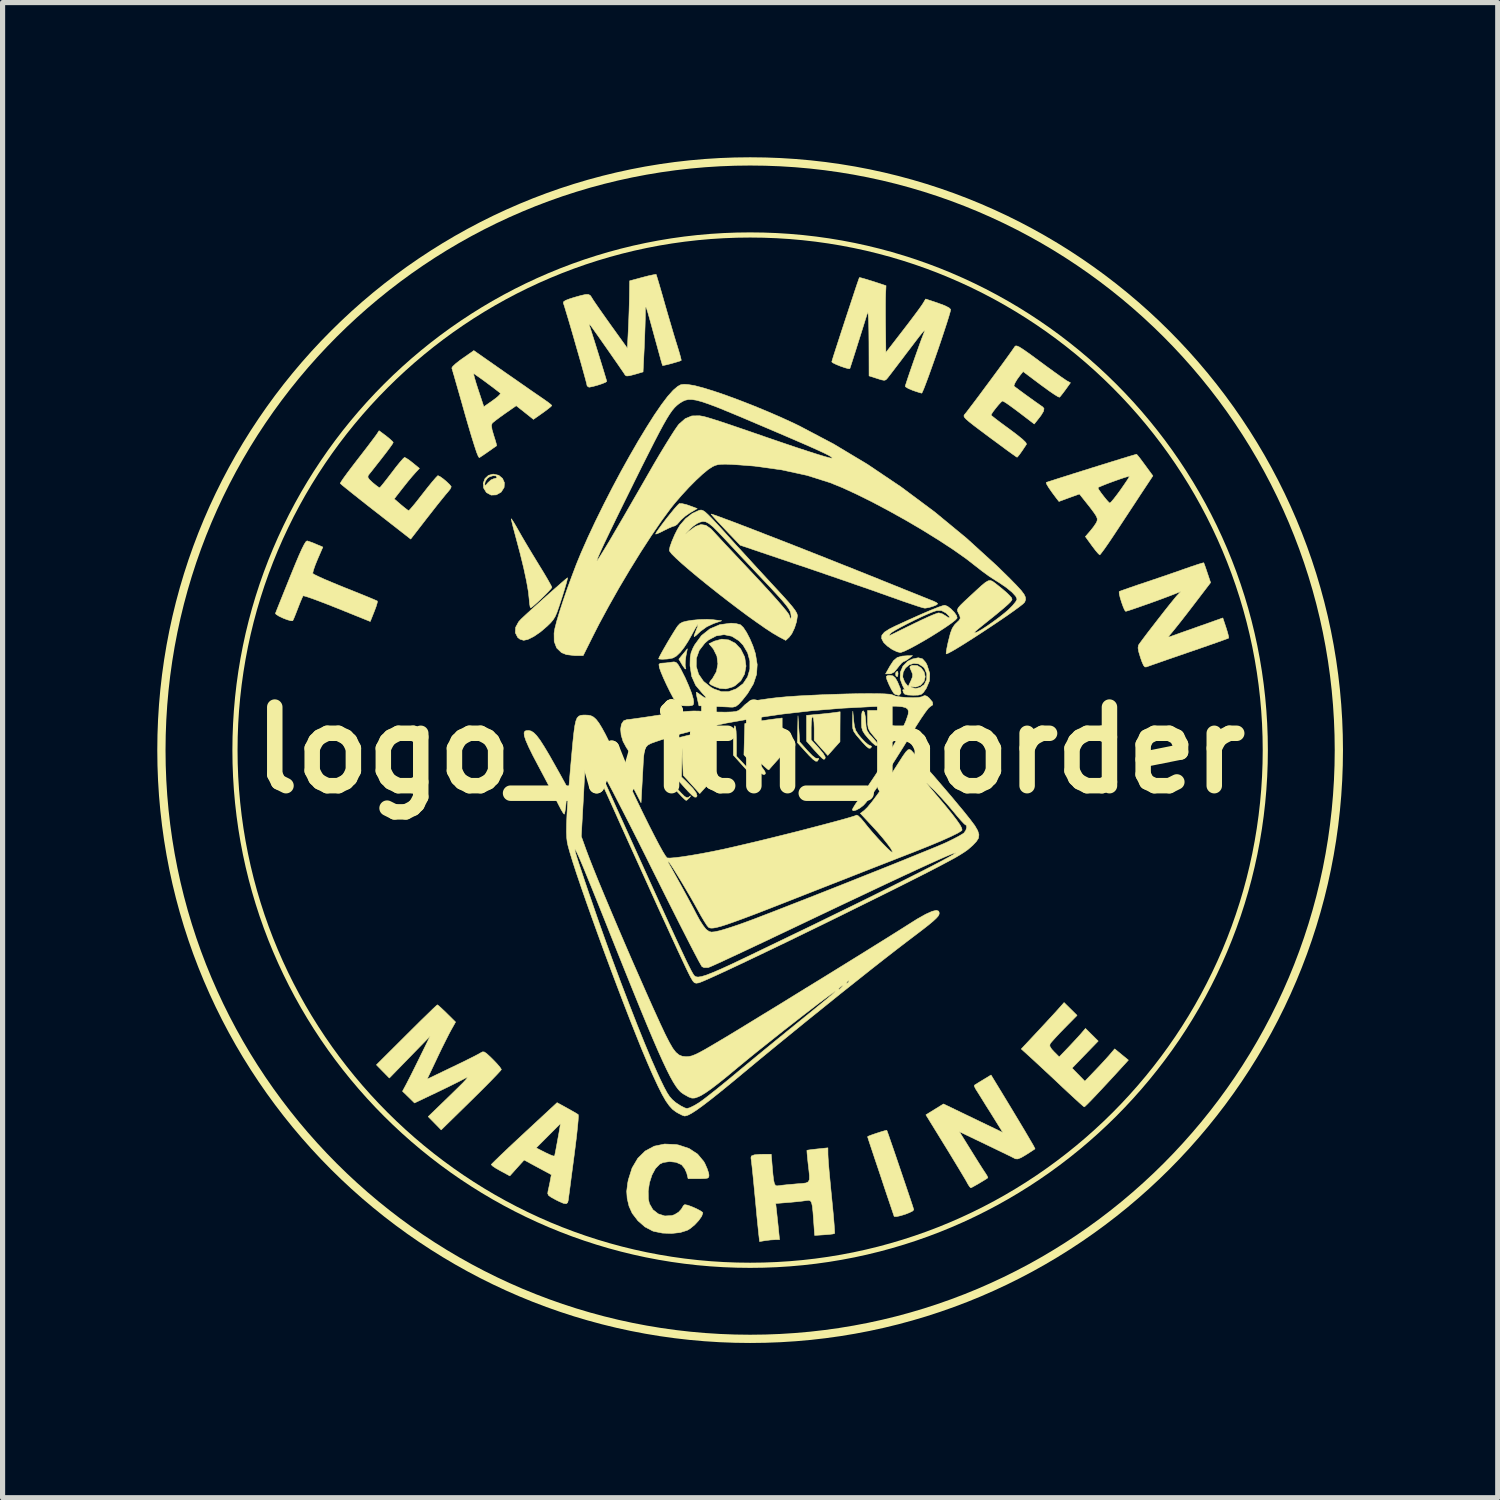
<source format=kicad_pcb>
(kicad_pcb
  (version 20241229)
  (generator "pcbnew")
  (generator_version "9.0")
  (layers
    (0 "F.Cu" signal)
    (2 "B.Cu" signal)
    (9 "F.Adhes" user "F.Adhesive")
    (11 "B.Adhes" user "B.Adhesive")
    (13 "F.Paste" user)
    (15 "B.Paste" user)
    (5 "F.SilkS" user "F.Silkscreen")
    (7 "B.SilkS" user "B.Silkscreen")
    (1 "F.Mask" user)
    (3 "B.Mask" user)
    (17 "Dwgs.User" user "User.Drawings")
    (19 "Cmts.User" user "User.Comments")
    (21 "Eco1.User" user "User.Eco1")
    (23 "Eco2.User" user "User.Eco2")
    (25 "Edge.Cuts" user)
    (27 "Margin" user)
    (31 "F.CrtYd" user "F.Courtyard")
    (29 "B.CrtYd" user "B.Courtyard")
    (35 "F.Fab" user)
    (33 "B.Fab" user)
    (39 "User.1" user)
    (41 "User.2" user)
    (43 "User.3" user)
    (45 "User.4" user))
  (footprint "logo_with_border"
    (layer "F.Cu")
    (at 11.494 11.494)
    (property "Reference" "logo_with_border" (at 0 0 0) (layer "F.SilkS") (effects (font (size 1.524 1.524) (thickness 0.3))))
    (attr through_hole)
    (fp_circle (center 0 0) (end 8.6 -5.08) (stroke (width 0.1) (type solid)) (fill no) (layer "F.SilkS"))
    (fp_circle (center 0 0) (end 11 -3.048) (stroke (width 0.16) (type solid)) (fill no) (layer "F.SilkS"))
    (fp_poly (pts (xy 2.868 -1.486) (xy 2.868 -1.484) (xy 2.861 -1.428) (xy 2.839 -1.429) (xy 2.822 -1.451) (xy 2.822 -1.497) (xy 2.835 -1.517) (xy 2.861 -1.528) (xy 2.868 -1.486)) (stroke (width 0.01) (type solid)) (fill yes) (layer "F.SilkS"))
    (fp_poly (pts (xy -1.245 -1.82) (xy -1.257 -1.724) (xy -1.259 -1.645) (xy -1.255 -1.621) (xy -1.246 -1.574) (xy -1.262 -1.577) (xy -1.299 -1.626) (xy -1.324 -1.666) (xy -1.382 -1.764) (xy -1.217 -1.965) (xy -1.245 -1.82)) (stroke (width 0.01) (type solid)) (fill yes) (layer "F.SilkS"))
    (fp_poly (pts (xy 0.944 -0.412) (xy 0.961 -0.159) (xy 1.114 0.013) (xy 1.203 0.105) (xy 1.268 0.155) (xy 1.302 0.162) (xy 1.328 0.159) (xy 1.325 0.179) (xy 1.305 0.213) (xy 1.272 0.215) (xy 1.22 0.179) (xy 1.142 0.102) (xy 1.087 0.042) (xy 0.917 -0.146) (xy 0.928 -0.665) (xy 0.944 -0.412)) (stroke (width 0.01) (type solid)) (fill yes) (layer "F.SilkS"))
    (fp_poly (pts (xy 2.769 -1.44) (xy 2.812 -1.404) (xy 2.856 -1.328) (xy 2.862 -1.315) (xy 2.914 -1.19) (xy 2.925 -1.107) (xy 2.895 -1.068) (xy 2.872 -1.064) (xy 2.809 -1.083) (xy 2.787 -1.101) (xy 2.743 -1.17) (xy 2.695 -1.266) (xy 2.655 -1.361) (xy 2.648 -1.382) (xy 2.641 -1.43) (xy 2.671 -1.447) (xy 2.712 -1.449) (xy 2.769 -1.44)) (stroke (width 0.01) (type solid)) (fill yes) (layer "F.SilkS"))
    (fp_poly (pts (xy 3.075 -1.774) (xy 3.015 -1.733) (xy 2.972 -1.715) (xy 2.972 -1.715) (xy 2.939 -1.691) (xy 2.889 -1.633) (xy 2.861 -1.596) (xy 2.794 -1.515) (xy 2.73 -1.481) (xy 2.703 -1.478) (xy 2.626 -1.478) (xy 2.713 -1.633) (xy 2.781 -1.736) (xy 2.853 -1.796) (xy 2.948 -1.823) (xy 3.046 -1.83) (xy 3.149 -1.832) (xy 3.075 -1.774)) (stroke (width 0.01) (type solid)) (fill yes) (layer "F.SilkS"))
    (fp_poly (pts (xy 2.72 -0.569) (xy 2.717 -0.459) (xy 2.705 -0.386) (xy 2.676 -0.329) (xy 2.623 -0.267) (xy 2.616 -0.259) (xy 2.556 -0.196) (xy 2.516 -0.156) (xy 2.506 -0.149) (xy 2.484 -0.17) (xy 2.436 -0.223) (xy 2.388 -0.28) (xy 2.325 -0.359) (xy 2.291 -0.425) (xy 2.279 -0.504) (xy 2.277 -0.589) (xy 2.277 -0.769) (xy 2.72 -0.769) (xy 2.72 -0.569)) (stroke (width 0.01) (type solid)) (fill yes) (layer "F.SilkS"))
    (fp_poly (pts (xy -1.628 0.183) (xy -1.612 0.53) (xy -1.424 0.739) (xy -1.334 0.836) (xy -1.274 0.895) (xy -1.233 0.921) (xy -1.204 0.92) (xy -1.187 0.91) (xy -1.155 0.887) (xy -1.163 0.904) (xy -1.179 0.924) (xy -1.22 0.965) (xy -1.241 0.976) (xy -1.268 0.955) (xy -1.325 0.9) (xy -1.402 0.818) (xy -1.459 0.756) (xy -1.656 0.537) (xy -1.65 0.187) (xy -1.644 -0.163) (xy -1.628 0.183)) (stroke (width 0.01) (type solid)) (fill yes) (layer "F.SilkS"))
    (fp_poly (pts (xy 2.008 -0.569) (xy 2.023 -0.459) (xy 2.049 -0.378) (xy 2.099 -0.301) (xy 2.153 -0.236) (xy 2.225 -0.16) (xy 2.287 -0.107) (xy 2.325 -0.089) (xy 2.354 -0.074) (xy 2.351 -0.059) (xy 2.328 -0.036) (xy 2.298 -0.039) (xy 2.252 -0.075) (xy 2.182 -0.149) (xy 2.133 -0.205) (xy 2.057 -0.294) (xy 2.012 -0.358) (xy 1.991 -0.417) (xy 1.985 -0.488) (xy 1.986 -0.567) (xy 1.991 -0.754) (xy 2.008 -0.569)) (stroke (width 0.01) (type solid)) (fill yes) (layer "F.SilkS"))
    (fp_poly (pts (xy -0.282 -0.445) (xy -0.272 -0.366) (xy -0.267 -0.246) (xy -0.266 -0.178) (xy -0.266 0.116) (xy -0.084 0.311) (xy 0.009 0.406) (xy 0.072 0.46) (xy 0.11 0.476) (xy 0.125 0.467) (xy 0.145 0.445) (xy 0.141 0.471) (xy 0.121 0.511) (xy 0.086 0.515) (xy 0.032 0.48) (xy -0.048 0.404) (xy -0.129 0.316) (xy -0.325 0.097) (xy -0.325 -0.188) (xy -0.322 -0.322) (xy -0.314 -0.418) (xy -0.302 -0.468) (xy -0.296 -0.473) (xy -0.282 -0.445)) (stroke (width 0.01) (type solid)) (fill yes) (layer "F.SilkS"))
    (fp_poly (pts (xy 2.196 -0.762) (xy 2.219 -0.725) (xy 2.235 -0.637) (xy 2.241 -0.559) (xy 2.249 -0.452) (xy 2.267 -0.379) (xy 2.305 -0.318) (xy 2.373 -0.244) (xy 2.373 -0.244) (xy 2.447 -0.159) (xy 2.472 -0.105) (xy 2.466 -0.089) (xy 2.43 -0.092) (xy 2.367 -0.145) (xy 2.297 -0.22) (xy 2.225 -0.306) (xy 2.184 -0.371) (xy 2.164 -0.435) (xy 2.159 -0.521) (xy 2.159 -0.577) (xy 2.162 -0.688) (xy 2.173 -0.747) (xy 2.193 -0.762) (xy 2.196 -0.762)) (stroke (width 0.01) (type solid)) (fill yes) (layer "F.SilkS"))
    (fp_poly (pts (xy -0.412 -2.136) (xy -0.287 -2.071) (xy -0.183 -1.961) (xy -0.109 -1.812) (xy -0.103 -1.792) (xy -0.08 -1.629) (xy -0.108 -1.476) (xy -0.181 -1.345) (xy -0.294 -1.248) (xy -0.344 -1.224) (xy -0.469 -1.188) (xy -0.587 -1.197) (xy -0.679 -1.229) (xy -0.758 -1.266) (xy -0.789 -1.294) (xy -0.776 -1.332) (xy -0.729 -1.389) (xy -0.653 -1.522) (xy -0.625 -1.672) (xy -0.644 -1.823) (xy -0.711 -1.959) (xy -0.725 -1.977) (xy -0.798 -2.063) (xy -0.691 -2.114) (xy -0.549 -2.152) (xy -0.412 -2.136)) (stroke (width 0.01) (type solid)) (fill yes) (layer "F.SilkS"))
    (fp_poly (pts (xy -1.322 -4.78) (xy -1.239 -4.761) (xy -1.177 -4.74) (xy -1.026 -4.683) (xy -1.164 -4.602) (xy -1.257 -4.538) (xy -1.338 -4.466) (xy -1.366 -4.434) (xy -1.417 -4.376) (xy -1.461 -4.347) (xy -1.466 -4.347) (xy -1.51 -4.334) (xy -1.587 -4.3) (xy -1.668 -4.26) (xy -1.753 -4.217) (xy -1.812 -4.193) (xy -1.833 -4.19) (xy -1.816 -4.225) (xy -1.769 -4.293) (xy -1.702 -4.384) (xy -1.624 -4.487) (xy -1.543 -4.588) (xy -1.469 -4.679) (xy -1.409 -4.746) (xy -1.375 -4.779) (xy -1.372 -4.781) (xy -1.322 -4.78)) (stroke (width 0.01) (type solid)) (fill yes) (layer "F.SilkS"))
    (fp_poly (pts (xy -0.699 -0.391) (xy -0.689 -0.353) (xy -0.684 -0.284) (xy -0.682 -0.175) (xy -0.681 -0.017) (xy -0.681 0.05) (xy -0.683 0.517) (xy -0.977 0.843) (xy -1.137 0.665) (xy -1.297 0.488) (xy -1.308 0.222) (xy -1.318 -0.044) (xy -1.331 0.521) (xy -1.225 0.623) (xy -1.111 0.74) (xy -1.046 0.828) (xy -1.029 0.887) (xy -1.043 0.91) (xy -1.073 0.912) (xy -1.124 0.877) (xy -1.201 0.801) (xy -1.264 0.732) (xy -1.449 0.524) (xy -1.449 -0.227) (xy -1.116 -0.308) (xy -0.979 -0.341) (xy -0.86 -0.371) (xy -0.772 -0.393) (xy -0.732 -0.403) (xy -0.712 -0.405) (xy -0.699 -0.391)) (stroke (width 0.01) (type solid)) (fill yes) (layer "F.SilkS"))
    (fp_poly (pts (xy -4.246 -0.37) (xy -4.196 -0.338) (xy -4.139 -0.281) (xy -4.073 -0.193) (xy -3.994 -0.07) (xy -3.897 0.092) (xy -3.78 0.299) (xy -3.683 0.472) (xy -3.545 0.723) (xy -3.565 0.982) (xy -3.576 1.098) (xy -3.589 1.187) (xy -3.6 1.236) (xy -3.605 1.242) (xy -3.626 1.217) (xy -3.665 1.152) (xy -3.713 1.06) (xy -3.722 1.042) (xy -3.767 0.952) (xy -3.834 0.822) (xy -3.916 0.665) (xy -4.007 0.492) (xy -4.099 0.319) (xy -4.211 0.107) (xy -4.293 -0.06) (xy -4.348 -0.186) (xy -4.378 -0.276) (xy -4.383 -0.335) (xy -4.367 -0.367) (xy -4.344 -0.377) (xy -4.295 -0.381) (xy -4.246 -0.37)) (stroke (width 0.01) (type solid)) (fill yes) (layer "F.SilkS"))
    (fp_poly (pts (xy -1.436 -1.701) (xy -1.4 -1.664) (xy -1.356 -1.59) (xy -1.334 -1.55) (xy -1.257 -1.398) (xy -1.19 -1.245) (xy -1.136 -1.107) (xy -1.103 -0.995) (xy -1.094 -0.934) (xy -1.099 -0.888) (xy -1.123 -0.866) (xy -1.181 -0.858) (xy -1.24 -0.858) (xy -1.333 -0.862) (xy -1.391 -0.883) (xy -1.437 -0.93) (xy -1.449 -0.946) (xy -1.495 -1.022) (xy -1.554 -1.133) (xy -1.618 -1.263) (xy -1.679 -1.395) (xy -1.728 -1.512) (xy -1.758 -1.596) (xy -1.76 -1.604) (xy -1.768 -1.662) (xy -1.744 -1.683) (xy -1.711 -1.686) (xy -1.633 -1.691) (xy -1.54 -1.703) (xy -1.534 -1.704) (xy -1.476 -1.711) (xy -1.436 -1.701)) (stroke (width 0.01) (type solid)) (fill yes) (layer "F.SilkS"))
    (fp_poly (pts (xy 0.621 0.09) (xy 0.496 0.23) (xy 0.43 0.304) (xy 0.381 0.36) (xy 0.362 0.383) (xy 0.339 0.37) (xy 0.285 0.324) (xy 0.21 0.254) (xy 0.193 0.237) (xy 0.032 0.078) (xy 0.022 -0.19) (xy 0.012 -0.458) (xy 0.006 -0.192) (xy 0.000266 0.074) (xy 0.162 0.256) (xy 0.243 0.35) (xy 0.286 0.412) (xy 0.297 0.45) (xy 0.286 0.469) (xy 0.257 0.474) (xy 0.213 0.448) (xy 0.146 0.385) (xy 0.063 0.296) (xy -0.12 0.091) (xy -0.112 -0.213) (xy -0.103 -0.516) (xy 0.103 -0.55) (xy 0.237 -0.571) (xy 0.374 -0.591) (xy 0.466 -0.603) (xy 0.621 -0.623) (xy 0.621 0.09)) (stroke (width 0.01) (type solid)) (fill yes) (layer "F.SilkS"))
    (fp_poly (pts (xy -4.875 -5.329) (xy -4.801 -5.268) (xy -4.764 -5.185) (xy -4.77 -5.093) (xy -4.826 -5.005) (xy -4.829 -5.002) (xy -4.922 -4.949) (xy -5.022 -4.945) (xy -5.111 -4.993) (xy -5.115 -4.997) (xy -5.168 -5.084) (xy -5.173 -5.166) (xy -5.145 -5.166) (xy -5.141 -5.132) (xy -5.122 -5.14) (xy -5.084 -5.185) (xy -5.025 -5.239) (xy -4.968 -5.263) (xy -4.965 -5.263) (xy -4.919 -5.276) (xy -4.908 -5.293) (xy -4.931 -5.318) (xy -4.986 -5.32) (xy -5.05 -5.3) (xy -5.091 -5.274) (xy -5.134 -5.212) (xy -5.145 -5.166) (xy -5.173 -5.166) (xy -5.174 -5.178) (xy -5.141 -5.265) (xy -5.073 -5.328) (xy -4.981 -5.352) (xy -4.875 -5.329)) (stroke (width 0.01) (type solid)) (fill yes) (layer "F.SilkS"))
    (fp_poly (pts (xy -3.544 -3.315) (xy -3.562 -3.242) (xy -3.594 -3.134) (xy -3.635 -2.999) (xy -3.652 -2.947) (xy -3.704 -2.788) (xy -3.744 -2.673) (xy -3.78 -2.59) (xy -3.819 -2.527) (xy -3.865 -2.472) (xy -3.926 -2.412) (xy -3.931 -2.407) (xy -4.065 -2.292) (xy -4.195 -2.203) (xy -4.31 -2.146) (xy -4.391 -2.129) (xy -4.461 -2.15) (xy -4.505 -2.183) (xy -4.552 -2.275) (xy -4.547 -2.38) (xy -4.489 -2.487) (xy -4.441 -2.54) (xy -4.356 -2.62) (xy -4.249 -2.718) (xy -4.128 -2.827) (xy -4.001 -2.941) (xy -3.875 -3.053) (xy -3.759 -3.155) (xy -3.661 -3.241) (xy -3.587 -3.305) (xy -3.546 -3.338) (xy -3.54 -3.341) (xy -3.544 -3.315)) (stroke (width 0.01) (type solid)) (fill yes) (layer "F.SilkS"))
    (fp_poly (pts (xy 1.743 -0.454) (xy 1.742 -0.163) (xy 1.623 -0.03) (xy 1.505 0.103) (xy 1.373 -0.044) (xy 1.242 -0.191) (xy 1.242 -0.421) (xy 1.238 -0.535) (xy 1.229 -0.616) (xy 1.214 -0.65) (xy 1.212 -0.651) (xy 1.197 -0.623) (xy 1.187 -0.548) (xy 1.183 -0.438) (xy 1.183 -0.426) (xy 1.183 -0.2) (xy 1.331 -0.039) (xy 1.417 0.065) (xy 1.457 0.136) (xy 1.449 0.172) (xy 1.424 0.177) (xy 1.396 0.157) (xy 1.34 0.102) (xy 1.268 0.024) (xy 1.248 0.002) (xy 1.094 -0.173) (xy 1.094 -0.674) (xy 1.308 -0.693) (xy 1.434 -0.705) (xy 1.552 -0.718) (xy 1.634 -0.728) (xy 1.745 -0.744) (xy 1.743 -0.454)) (stroke (width 0.01) (type solid)) (fill yes) (layer "F.SilkS"))
    (fp_poly (pts (xy -4.615 -4.465) (xy -4.576 -4.404) (xy -4.522 -4.312) (xy -4.487 -4.25) (xy -4.422 -4.136) (xy -4.335 -3.988) (xy -4.236 -3.823) (xy -4.135 -3.657) (xy -4.098 -3.596) (xy -4.012 -3.456) (xy -3.939 -3.333) (xy -3.884 -3.236) (xy -3.851 -3.174) (xy -3.844 -3.156) (xy -3.864 -3.127) (xy -3.916 -3.07) (xy -3.989 -2.996) (xy -4.071 -2.916) (xy -4.15 -2.843) (xy -4.215 -2.786) (xy -4.254 -2.758) (xy -4.255 -2.757) (xy -4.266 -2.78) (xy -4.277 -2.845) (xy -4.282 -2.905) (xy -4.299 -3.068) (xy -4.336 -3.279) (xy -4.39 -3.531) (xy -4.46 -3.817) (xy -4.522 -4.05) (xy -4.562 -4.2) (xy -4.596 -4.327) (xy -4.619 -4.423) (xy -4.631 -4.478) (xy -4.631 -4.486) (xy -4.615 -4.465)) (stroke (width 0.01) (type solid)) (fill yes) (layer "F.SilkS"))
    (fp_poly (pts (xy 2.65 7.372) (xy 2.661 7.4) (xy 2.688 7.476) (xy 2.727 7.59) (xy 2.777 7.734) (xy 2.833 7.898) (xy 2.893 8.075) (xy 2.954 8.255) (xy 3.013 8.429) (xy 3.067 8.589) (xy 3.113 8.726) (xy 3.148 8.831) (xy 3.168 8.895) (xy 3.173 8.91) (xy 3.152 8.935) (xy 3.091 8.966) (xy 3.007 8.999) (xy 2.919 9.026) (xy 2.843 9.043) (xy 2.798 9.043) (xy 2.792 9.038) (xy 2.777 8.994) (xy 2.747 8.905) (xy 2.705 8.781) (xy 2.654 8.63) (xy 2.597 8.46) (xy 2.538 8.281) (xy 2.478 8.102) (xy 2.42 7.93) (xy 2.369 7.776) (xy 2.326 7.647) (xy 2.295 7.553) (xy 2.279 7.502) (xy 2.277 7.495) (xy 2.302 7.481) (xy 2.366 7.457) (xy 2.451 7.428) (xy 2.538 7.4) (xy 2.61 7.379) (xy 2.648 7.371) (xy 2.65 7.372)) (stroke (width 0.01) (type solid)) (fill yes) (layer "F.SilkS"))
    (fp_poly (pts (xy -0.723 -2.529) (xy -0.551 -2.508) (xy -0.707 -2.455) (xy -0.841 -2.392) (xy -0.964 -2.303) (xy -0.978 -2.289) (xy -1.05 -2.222) (xy -1.084 -2.199) (xy -1.086 -2.222) (xy -1.059 -2.293) (xy -1.048 -2.321) (xy -1.016 -2.403) (xy -1.01 -2.436) (xy -1.026 -2.422) (xy -1.064 -2.362) (xy -1.12 -2.259) (xy -1.134 -2.232) (xy -1.203 -2.11) (xy -1.279 -1.993) (xy -1.349 -1.903) (xy -1.355 -1.896) (xy -1.43 -1.824) (xy -1.498 -1.786) (xy -1.588 -1.769) (xy -1.619 -1.766) (xy -1.705 -1.762) (xy -1.762 -1.766) (xy -1.774 -1.772) (xy -1.76 -1.806) (xy -1.722 -1.878) (xy -1.667 -1.976) (xy -1.603 -2.087) (xy -1.536 -2.199) (xy -1.474 -2.3) (xy -1.425 -2.377) (xy -1.403 -2.408) (xy -1.363 -2.451) (xy -1.309 -2.481) (xy -1.227 -2.502) (xy -1.119 -2.519) (xy -0.98 -2.532) (xy -0.835 -2.536) (xy -0.723 -2.529)) (stroke (width 0.01) (type solid)) (fill yes) (layer "F.SilkS"))
    (fp_poly (pts (xy -0.725 -4.569) (xy -0.646 -4.542) (xy -0.522 -4.496) (xy -0.357 -4.435) (xy -0.158 -4.359) (xy 0.071 -4.271) (xy 0.325 -4.172) (xy 0.599 -4.066) (xy 0.888 -3.953) (xy 1.187 -3.835) (xy 1.491 -3.715) (xy 1.795 -3.594) (xy 2.094 -3.475) (xy 2.262 -3.408) (xy 2.518 -3.305) (xy 2.759 -3.208) (xy 2.979 -3.119) (xy 3.172 -3.042) (xy 3.333 -2.977) (xy 3.455 -2.928) (xy 3.532 -2.897) (xy 3.556 -2.888) (xy 3.613 -2.86) (xy 3.637 -2.838) (xy 3.612 -2.816) (xy 3.55 -2.79) (xy 3.474 -2.767) (xy 3.405 -2.754) (xy 3.384 -2.753) (xy 3.34 -2.763) (xy 3.249 -2.791) (xy 3.122 -2.834) (xy 2.965 -2.887) (xy 2.789 -2.95) (xy 2.72 -2.974) (xy 2.551 -3.034) (xy 2.337 -3.11) (xy 2.088 -3.196) (xy 1.815 -3.291) (xy 1.53 -3.389) (xy 1.242 -3.488) (xy 0.962 -3.583) (xy 0.961 -3.583) (xy -0.192 -3.973) (xy -0.477 -4.271) (xy -0.579 -4.379) (xy -0.664 -4.47) (xy -0.725 -4.538) (xy -0.753 -4.573) (xy -0.755 -4.577) (xy -0.725 -4.569)) (stroke (width 0.01) (type solid)) (fill yes) (layer "F.SilkS"))
    (fp_poly (pts (xy 6.213 5.018) (xy 6.339 5.143) (xy 6.091 5.395) (xy 5.991 5.498) (xy 5.906 5.59) (xy 5.844 5.659) (xy 5.815 5.696) (xy 5.81 5.739) (xy 5.845 5.796) (xy 5.891 5.846) (xy 5.993 5.948) (xy 6.172 5.761) (xy 6.264 5.663) (xy 6.35 5.57) (xy 6.415 5.498) (xy 6.426 5.485) (xy 6.502 5.396) (xy 6.749 5.641) (xy 6.495 5.903) (xy 6.242 6.165) (xy 6.366 6.292) (xy 6.49 6.419) (xy 6.683 6.218) (xy 6.782 6.114) (xy 6.877 6.011) (xy 6.953 5.927) (xy 6.972 5.905) (xy 7.068 5.792) (xy 7.334 6.01) (xy 7.209 6.147) (xy 7.038 6.334) (xy 6.881 6.503) (xy 6.745 6.649) (xy 6.632 6.768) (xy 6.547 6.855) (xy 6.494 6.906) (xy 6.478 6.917) (xy 6.452 6.898) (xy 6.39 6.843) (xy 6.299 6.76) (xy 6.185 6.655) (xy 6.055 6.534) (xy 6.031 6.511) (xy 5.886 6.374) (xy 5.742 6.24) (xy 5.611 6.118) (xy 5.502 6.017) (xy 5.429 5.95) (xy 5.257 5.794) (xy 5.578 5.451) (xy 5.696 5.324) (xy 5.808 5.203) (xy 5.903 5.1) (xy 5.972 5.024) (xy 5.993 5) (xy 6.087 4.894) (xy 6.213 5.018)) (stroke (width 0.01) (type solid)) (fill yes) (layer "F.SilkS"))
    (fp_poly (pts (xy -8.589 -4.057) (xy -8.535 -4.04) (xy -8.453 -4.009) (xy -8.414 -3.992) (xy -8.284 -3.937) (xy -8.388 -3.698) (xy -8.433 -3.587) (xy -8.465 -3.495) (xy -8.48 -3.436) (xy -8.48 -3.425) (xy -8.45 -3.405) (xy -8.374 -3.368) (xy -8.258 -3.315) (xy -8.111 -3.253) (xy -7.941 -3.183) (xy -7.855 -3.148) (xy -7.677 -3.077) (xy -7.518 -3.013) (xy -7.386 -2.959) (xy -7.289 -2.918) (xy -7.235 -2.894) (xy -7.227 -2.89) (xy -7.23 -2.857) (xy -7.251 -2.786) (xy -7.287 -2.69) (xy -7.289 -2.685) (xy -7.365 -2.494) (xy -8.007 -2.753) (xy -8.189 -2.825) (xy -8.353 -2.888) (xy -8.49 -2.939) (xy -8.593 -2.974) (xy -8.654 -2.991) (xy -8.667 -2.992) (xy -8.685 -2.956) (xy -8.718 -2.88) (xy -8.758 -2.778) (xy -8.769 -2.75) (xy -8.81 -2.644) (xy -8.844 -2.56) (xy -8.866 -2.513) (xy -8.869 -2.508) (xy -8.903 -2.508) (xy -8.974 -2.528) (xy -9.048 -2.556) (xy -9.133 -2.596) (xy -9.189 -2.631) (xy -9.204 -2.65) (xy -9.191 -2.683) (xy -9.159 -2.764) (xy -9.111 -2.884) (xy -9.05 -3.036) (xy -8.979 -3.212) (xy -8.915 -3.371) (xy -8.822 -3.598) (xy -8.748 -3.774) (xy -8.689 -3.904) (xy -8.645 -3.991) (xy -8.613 -4.041) (xy -8.591 -4.057) (xy -8.589 -4.057)) (stroke (width 0.01) (type solid)) (fill yes) (layer "F.SilkS"))
    (fp_poly (pts (xy 4.711 6.365) (xy 4.904 6.682) (xy 5.073 6.961) (xy 5.216 7.199) (xy 5.334 7.396) (xy 5.424 7.55) (xy 5.487 7.657) (xy 5.519 7.718) (xy 5.524 7.731) (xy 5.496 7.75) (xy 5.432 7.792) (xy 5.351 7.844) (xy 5.254 7.901) (xy 5.189 7.926) (xy 5.144 7.924) (xy 5.132 7.918) (xy 5.09 7.896) (xy 5.003 7.853) (xy 4.881 7.794) (xy 4.734 7.723) (xy 4.572 7.645) (xy 4.568 7.643) (xy 4.057 7.398) (xy 4.28 7.757) (xy 4.365 7.894) (xy 4.444 8.02) (xy 4.509 8.122) (xy 4.553 8.189) (xy 4.561 8.2) (xy 4.597 8.258) (xy 4.609 8.291) (xy 4.609 8.292) (xy 4.572 8.318) (xy 4.505 8.359) (xy 4.425 8.407) (xy 4.349 8.45) (xy 4.294 8.48) (xy 4.278 8.486) (xy 4.254 8.463) (xy 4.217 8.405) (xy 4.21 8.39) (xy 4.181 8.338) (xy 4.125 8.244) (xy 4.049 8.117) (xy 3.956 7.964) (xy 3.853 7.794) (xy 3.784 7.682) (xy 3.408 7.071) (xy 3.579 6.965) (xy 3.749 6.86) (xy 4.901 7.415) (xy 4.659 7.026) (xy 4.571 6.887) (xy 4.493 6.761) (xy 4.429 6.658) (xy 4.386 6.59) (xy 4.375 6.573) (xy 4.349 6.521) (xy 4.348 6.497) (xy 4.379 6.477) (xy 4.445 6.436) (xy 4.516 6.393) (xy 4.671 6.299) (xy 4.711 6.365)) (stroke (width 0.01) (type solid)) (fill yes) (layer "F.SilkS"))
    (fp_poly (pts (xy -3.549 6.941) (xy -3.453 6.995) (xy -3.376 7.039) (xy -3.335 7.065) (xy -3.333 7.067) (xy -3.33 7.1) (xy -3.335 7.185) (xy -3.347 7.312) (xy -3.364 7.474) (xy -3.387 7.663) (xy -3.413 7.868) (xy -3.441 8.08) (xy -3.467 8.275) (xy -3.489 8.446) (xy -3.507 8.583) (xy -3.52 8.677) (xy -3.525 8.721) (xy -3.538 8.773) (xy -3.567 8.795) (xy -3.622 8.786) (xy -3.713 8.746) (xy -3.765 8.72) (xy -3.858 8.669) (xy -3.908 8.633) (xy -3.924 8.598) (xy -3.919 8.555) (xy -3.919 8.553) (xy -3.901 8.473) (xy -3.88 8.373) (xy -3.877 8.354) (xy -3.854 8.232) (xy -4.382 7.947) (xy -4.521 8.101) (xy -4.659 8.255) (xy -4.843 8.156) (xy -4.932 8.105) (xy -4.995 8.062) (xy -5.019 8.036) (xy -5.019 8.035) (xy -4.996 8.01) (xy -4.935 7.95) (xy -4.842 7.86) (xy -4.722 7.746) (xy -4.686 7.712) (xy -4.148 7.712) (xy -3.974 7.801) (xy -3.885 7.843) (xy -3.82 7.868) (xy -3.792 7.87) (xy -3.784 7.834) (xy -3.768 7.754) (xy -3.747 7.641) (xy -3.73 7.548) (xy -3.707 7.423) (xy -3.69 7.323) (xy -3.68 7.26) (xy -3.679 7.244) (xy -3.7 7.264) (xy -3.754 7.317) (xy -3.833 7.396) (xy -3.915 7.478) (xy -4.148 7.712) (xy -4.686 7.712) (xy -4.58 7.612) (xy -4.422 7.465) (xy -4.377 7.423) (xy -3.743 6.835) (xy -3.549 6.941)) (stroke (width 0.01) (type solid)) (fill yes) (layer "F.SilkS"))
    (fp_poly (pts (xy 3.342 -1.77) (xy 3.405 -1.699) (xy 3.432 -1.646) (xy 3.482 -1.487) (xy 3.477 -1.343) (xy 3.417 -1.202) (xy 3.409 -1.189) (xy 3.36 -1.118) (xy 3.317 -1.081) (xy 3.259 -1.067) (xy 3.163 -1.064) (xy 3.16 -1.064) (xy 3.055 -1.069) (xy 2.997 -1.086) (xy 2.975 -1.111) (xy 2.958 -1.166) (xy 2.971 -1.176) (xy 2.987 -1.167) (xy 2.993 -1.177) (xy 2.972 -1.223) (xy 2.958 -1.247) (xy 2.909 -1.378) (xy 2.91 -1.418) (xy 2.958 -1.418) (xy 2.996 -1.32) (xy 3.011 -1.3) (xy 3.065 -1.234) (xy 3.116 -1.342) (xy 3.147 -1.418) (xy 3.15 -1.473) (xy 3.125 -1.536) (xy 3.124 -1.538) (xy 3.097 -1.599) (xy 3.103 -1.627) (xy 3.149 -1.644) (xy 3.152 -1.644) (xy 3.241 -1.64) (xy 3.318 -1.592) (xy 3.373 -1.515) (xy 3.394 -1.422) (xy 3.372 -1.333) (xy 3.305 -1.258) (xy 3.216 -1.223) (xy 3.155 -1.227) (xy 3.114 -1.236) (xy 3.123 -1.222) (xy 3.134 -1.214) (xy 3.207 -1.194) (xy 3.294 -1.214) (xy 3.371 -1.268) (xy 3.378 -1.276) (xy 3.424 -1.372) (xy 3.425 -1.482) (xy 3.382 -1.584) (xy 3.357 -1.613) (xy 3.266 -1.672) (xy 3.172 -1.682) (xy 3.083 -1.653) (xy 3.012 -1.593) (xy 2.967 -1.511) (xy 2.958 -1.418) (xy 2.91 -1.418) (xy 2.912 -1.51) (xy 2.963 -1.629) (xy 3.056 -1.723) (xy 3.147 -1.767) (xy 3.26 -1.791) (xy 3.342 -1.77)) (stroke (width 0.01) (type solid)) (fill yes) (layer "F.SilkS"))
    (fp_poly (pts (xy -1.435 7.647) (xy -1.384 7.657) (xy -1.183 7.724) (xy -1.019 7.832) (xy -0.898 7.977) (xy -0.874 8.021) (xy -0.832 8.117) (xy -0.804 8.202) (xy -0.798 8.241) (xy -0.802 8.277) (xy -0.823 8.297) (xy -0.873 8.306) (xy -0.966 8.309) (xy -1 8.309) (xy -1.202 8.309) (xy -1.229 8.201) (xy -1.269 8.112) (xy -1.328 8.04) (xy -1.334 8.036) (xy -1.436 7.991) (xy -1.562 7.977) (xy -1.685 7.995) (xy -1.752 8.026) (xy -1.835 8.111) (xy -1.903 8.237) (xy -1.952 8.389) (xy -1.976 8.55) (xy -1.973 8.704) (xy -1.953 8.792) (xy -1.886 8.909) (xy -1.782 8.991) (xy -1.654 9.032) (xy -1.519 9.024) (xy -1.467 9.007) (xy -1.387 8.958) (xy -1.331 8.897) (xy -1.326 8.887) (xy -1.293 8.832) (xy -1.268 8.812) (xy -1.211 8.823) (xy -1.131 8.852) (xy -1.044 8.89) (xy -0.969 8.929) (xy -0.923 8.961) (xy -0.917 8.972) (xy -0.939 9.037) (xy -0.997 9.12) (xy -1.076 9.205) (xy -1.164 9.277) (xy -1.219 9.31) (xy -1.356 9.353) (xy -1.524 9.371) (xy -1.701 9.364) (xy -1.864 9.331) (xy -1.889 9.323) (xy -2.039 9.244) (xy -2.177 9.123) (xy -2.287 8.979) (xy -2.348 8.843) (xy -2.384 8.691) (xy -2.393 8.554) (xy -2.375 8.402) (xy -2.362 8.333) (xy -2.289 8.102) (xy -2.178 7.914) (xy -2.035 7.773) (xy -1.86 7.679) (xy -1.659 7.637) (xy -1.435 7.647)) (stroke (width 0.01) (type solid)) (fill yes) (layer "F.SilkS"))
    (fp_poly (pts (xy 3.828 -2.788) (xy 3.894 -2.738) (xy 3.958 -2.672) (xy 4.003 -2.608) (xy 4.014 -2.562) (xy 3.982 -2.525) (xy 3.908 -2.466) (xy 3.8 -2.39) (xy 3.669 -2.304) (xy 3.524 -2.213) (xy 3.375 -2.124) (xy 3.231 -2.042) (xy 3.101 -1.972) (xy 2.996 -1.921) (xy 2.926 -1.895) (xy 2.909 -1.893) (xy 2.85 -1.907) (xy 2.769 -1.945) (xy 2.743 -1.96) (xy 2.661 -2.018) (xy 2.596 -2.08) (xy 2.585 -2.094) (xy 2.549 -2.164) (xy 2.554 -2.226) (xy 2.554 -2.227) (xy 2.697 -2.227) (xy 2.706 -2.222) (xy 2.741 -2.239) (xy 2.82 -2.277) (xy 2.932 -2.333) (xy 3.069 -2.4) (xy 3.167 -2.448) (xy 3.317 -2.52) (xy 3.452 -2.582) (xy 3.561 -2.629) (xy 3.635 -2.656) (xy 3.658 -2.661) (xy 3.723 -2.644) (xy 3.795 -2.601) (xy 3.796 -2.6) (xy 3.847 -2.567) (xy 3.873 -2.565) (xy 3.874 -2.568) (xy 3.852 -2.605) (xy 3.801 -2.655) (xy 3.793 -2.661) (xy 3.708 -2.707) (xy 3.623 -2.707) (xy 3.556 -2.686) (xy 3.453 -2.644) (xy 3.325 -2.587) (xy 3.185 -2.52) (xy 3.045 -2.45) (xy 2.917 -2.383) (xy 2.811 -2.324) (xy 2.741 -2.28) (xy 2.72 -2.262) (xy 2.697 -2.227) (xy 2.554 -2.227) (xy 2.603 -2.286) (xy 2.701 -2.349) (xy 2.815 -2.406) (xy 3.09 -2.532) (xy 3.323 -2.636) (xy 3.51 -2.716) (xy 3.651 -2.772) (xy 3.742 -2.803) (xy 3.774 -2.809) (xy 3.828 -2.788)) (stroke (width 0.01) (type solid)) (fill yes) (layer "F.SilkS"))
    (fp_poly (pts (xy -6.037 4.957) (xy -5.98 5.009) (xy -5.903 5.082) (xy -5.88 5.105) (xy -5.711 5.272) (xy -5.796 5.423) (xy -5.84 5.505) (xy -5.901 5.626) (xy -5.974 5.772) (xy -6.049 5.928) (xy -6.072 5.977) (xy -6.263 6.38) (xy -5.772 6.144) (xy -5.612 6.067) (xy -5.466 5.995) (xy -5.346 5.935) (xy -5.261 5.89) (xy -5.221 5.867) (xy -5.188 5.85) (xy -5.155 5.852) (xy -5.11 5.882) (xy -5.042 5.944) (xy -4.991 5.994) (xy -4.912 6.076) (xy -4.853 6.145) (xy -4.825 6.188) (xy -4.824 6.194) (xy -4.846 6.222) (xy -4.904 6.285) (xy -4.994 6.379) (xy -5.11 6.497) (xy -5.246 6.633) (xy -5.398 6.783) (xy -5.409 6.794) (xy -5.99 7.363) (xy -6.116 7.234) (xy -6.242 7.106) (xy -5.819 6.697) (xy -5.678 6.559) (xy -5.576 6.458) (xy -5.513 6.391) (xy -5.485 6.354) (xy -5.489 6.345) (xy -5.524 6.361) (xy -5.529 6.364) (xy -5.603 6.403) (xy -5.718 6.461) (xy -5.859 6.531) (xy -6.014 6.606) (xy -6.085 6.64) (xy -6.507 6.841) (xy -6.623 6.727) (xy -6.74 6.614) (xy -6.667 6.478) (xy -6.628 6.402) (xy -6.569 6.287) (xy -6.499 6.146) (xy -6.424 5.994) (xy -6.399 5.943) (xy -6.203 5.544) (xy -6.599 5.951) (xy -6.995 6.358) (xy -7.121 6.23) (xy -7.246 6.102) (xy -6.662 5.52) (xy -6.51 5.369) (xy -6.372 5.232) (xy -6.252 5.116) (xy -6.158 5.024) (xy -6.093 4.963) (xy -6.064 4.938) (xy -6.064 4.938) (xy -6.037 4.957)) (stroke (width 0.01) (type solid)) (fill yes) (layer "F.SilkS"))
    (fp_poly (pts (xy -0.365 -2.461) (xy -0.273 -2.453) (xy -0.197 -2.434) (xy -0.186 -2.429) (xy -0.132 -2.378) (xy -0.07 -2.284) (xy -0.006 -2.161) (xy 0.053 -2.022) (xy 0.099 -1.882) (xy 0.104 -1.863) (xy 0.137 -1.659) (xy 0.125 -1.47) (xy 0.064 -1.286) (xy -0.049 -1.097) (xy -0.151 -0.968) (xy -0.223 -0.889) (xy -0.277 -0.848) (xy -0.331 -0.834) (xy -0.379 -0.834) (xy -0.461 -0.838) (xy -0.578 -0.843) (xy -0.71 -0.849) (xy -0.74 -0.85) (xy -0.992 -0.86) (xy -1.023 -0.992) (xy -1.039 -1.07) (xy -1.044 -1.117) (xy -1.042 -1.124) (xy -1.012 -1.107) (xy -0.958 -1.068) (xy -0.954 -1.064) (xy -0.883 -1.016) (xy -0.853 -1.008) (xy -0.867 -1.039) (xy -0.925 -1.101) (xy -1.056 -1.257) (xy -1.134 -1.432) (xy -1.163 -1.624) (xy -1.045 -1.624) (xy -0.999 -1.472) (xy -0.904 -1.334) (xy -0.762 -1.219) (xy -0.702 -1.186) (xy -0.557 -1.134) (xy -0.422 -1.133) (xy -0.28 -1.184) (xy -0.263 -1.192) (xy -0.135 -1.29) (xy -0.049 -1.42) (xy -0.005 -1.57) (xy -0.005 -1.73) (xy -0.049 -1.889) (xy -0.137 -2.037) (xy -0.216 -2.12) (xy -0.356 -2.208) (xy -0.505 -2.239) (xy -0.658 -2.215) (xy -0.807 -2.136) (xy -0.878 -2.075) (xy -0.987 -1.934) (xy -1.042 -1.781) (xy -1.045 -1.624) (xy -1.163 -1.624) (xy -1.165 -1.636) (xy -1.165 -1.671) (xy -1.162 -1.796) (xy -1.145 -1.889) (xy -1.108 -1.979) (xy -1.075 -2.041) (xy -0.944 -2.22) (xy -0.78 -2.351) (xy -0.588 -2.433) (xy -0.374 -2.461) (xy -0.365 -2.461)) (stroke (width 0.01) (type solid)) (fill yes) (layer "F.SilkS"))
    (fp_poly (pts (xy -4.754 -7.325) (xy -4.578 -7.203) (xy -4.409 -7.085) (xy -4.257 -6.979) (xy -4.129 -6.891) (xy -4.036 -6.827) (xy -3.998 -6.801) (xy -3.919 -6.745) (xy -3.863 -6.701) (xy -3.845 -6.681) (xy -3.867 -6.657) (xy -3.926 -6.61) (xy -4.009 -6.548) (xy -4.022 -6.539) (xy -4.201 -6.413) (xy -4.368 -6.546) (xy -4.535 -6.678) (xy -4.753 -6.526) (xy -4.855 -6.453) (xy -4.939 -6.39) (xy -4.993 -6.346) (xy -5.003 -6.335) (xy -5.015 -6.293) (xy -5.004 -6.215) (xy -4.971 -6.102) (xy -4.94 -6.004) (xy -4.92 -5.933) (xy -4.915 -5.901) (xy -4.915 -5.901) (xy -4.942 -5.883) (xy -5.003 -5.84) (xy -5.071 -5.792) (xy -5.155 -5.734) (xy -5.222 -5.689) (xy -5.251 -5.67) (xy -5.269 -5.692) (xy -5.301 -5.769) (xy -5.345 -5.902) (xy -5.403 -6.087) (xy -5.473 -6.324) (xy -5.528 -6.514) (xy -5.589 -6.731) (xy -5.646 -6.93) (xy -5.696 -7.104) (xy -5.736 -7.245) (xy -5.753 -7.304) (xy -5.362 -7.304) (xy -5.359 -7.277) (xy -5.34 -7.206) (xy -5.309 -7.101) (xy -5.27 -6.981) (xy -5.163 -6.658) (xy -4.99 -6.779) (xy -4.909 -6.84) (xy -4.856 -6.89) (xy -4.84 -6.918) (xy -4.841 -6.92) (xy -4.887 -6.956) (xy -4.962 -7.014) (xy -5.054 -7.083) (xy -5.151 -7.155) (xy -5.242 -7.221) (xy -5.315 -7.272) (xy -5.357 -7.301) (xy -5.362 -7.304) (xy -5.753 -7.304) (xy -5.766 -7.347) (xy -5.782 -7.402) (xy -5.784 -7.409) (xy -5.767 -7.438) (xy -5.711 -7.491) (xy -5.626 -7.558) (xy -5.577 -7.593) (xy -5.357 -7.747) (xy -4.754 -7.325)) (stroke (width 0.01) (type solid)) (fill yes) (layer "F.SilkS"))
    (fp_poly (pts (xy 7.514 -5.714) (xy 7.561 -5.655) (xy 7.625 -5.569) (xy 7.656 -5.527) (xy 7.809 -5.318) (xy 7.639 -5.061) (xy 7.568 -4.954) (xy 7.474 -4.81) (xy 7.364 -4.643) (xy 7.247 -4.465) (xy 7.135 -4.295) (xy 7.034 -4.142) (xy 6.943 -4.007) (xy 6.867 -3.898) (xy 6.811 -3.823) (xy 6.782 -3.787) (xy 6.779 -3.786) (xy 6.752 -3.808) (xy 6.701 -3.867) (xy 6.637 -3.951) (xy 6.628 -3.963) (xy 6.5 -4.14) (xy 6.593 -4.247) (xy 6.657 -4.327) (xy 6.707 -4.401) (xy 6.719 -4.423) (xy 6.73 -4.458) (xy 6.729 -4.494) (xy 6.709 -4.541) (xy 6.666 -4.606) (xy 6.596 -4.7) (xy 6.493 -4.83) (xy 6.484 -4.841) (xy 6.385 -4.966) (xy 6.186 -4.894) (xy 5.988 -4.821) (xy 5.936 -4.887) (xy 5.856 -4.994) (xy 5.792 -5.086) (xy 5.791 -5.087) (xy 6.743 -5.087) (xy 6.76 -5.051) (xy 6.803 -4.989) (xy 6.859 -4.916) (xy 6.914 -4.848) (xy 6.958 -4.801) (xy 6.975 -4.79) (xy 7.001 -4.813) (xy 7.053 -4.874) (xy 7.122 -4.964) (xy 7.182 -5.046) (xy 7.255 -5.151) (xy 7.313 -5.237) (xy 7.348 -5.294) (xy 7.355 -5.31) (xy 7.325 -5.305) (xy 7.254 -5.284) (xy 7.156 -5.251) (xy 7.044 -5.211) (xy 6.933 -5.17) (xy 6.837 -5.132) (xy 6.769 -5.103) (xy 6.743 -5.088) (xy 6.743 -5.087) (xy 5.791 -5.087) (xy 5.751 -5.154) (xy 5.74 -5.188) (xy 5.741 -5.189) (xy 5.77 -5.2) (xy 5.848 -5.225) (xy 5.965 -5.263) (xy 6.114 -5.31) (xy 6.286 -5.365) (xy 6.472 -5.423) (xy 6.665 -5.484) (xy 6.856 -5.543) (xy 7.036 -5.599) (xy 7.197 -5.649) (xy 7.331 -5.69) (xy 7.43 -5.719) (xy 7.485 -5.735) (xy 7.493 -5.736) (xy 7.514 -5.714)) (stroke (width 0.01) (type solid)) (fill yes) (layer "F.SilkS"))
    (fp_poly (pts (xy 1.509 7.84) (xy 1.512 7.906) (xy 1.52 8.021) (xy 1.533 8.174) (xy 1.55 8.355) (xy 1.569 8.554) (xy 1.58 8.664) (xy 1.599 8.86) (xy 1.616 9.036) (xy 1.628 9.183) (xy 1.636 9.293) (xy 1.639 9.358) (xy 1.637 9.372) (xy 1.603 9.381) (xy 1.527 9.39) (xy 1.437 9.397) (xy 1.251 9.409) (xy 1.23 9.109) (xy 1.218 8.95) (xy 1.206 8.841) (xy 1.191 8.774) (xy 1.169 8.739) (xy 1.136 8.728) (xy 1.089 8.733) (xy 1.083 8.734) (xy 1.01 8.744) (xy 0.899 8.756) (xy 0.772 8.768) (xy 0.743 8.77) (xy 0.496 8.79) (xy 0.513 8.941) (xy 0.525 9.055) (xy 0.54 9.193) (xy 0.55 9.292) (xy 0.57 9.492) (xy 0.485 9.492) (xy 0.394 9.497) (xy 0.294 9.51) (xy 0.291 9.51) (xy 0.183 9.528) (xy 0.165 9.37) (xy 0.157 9.292) (xy 0.144 9.167) (xy 0.128 9.007) (xy 0.111 8.822) (xy 0.092 8.625) (xy 0.087 8.575) (xy 0.069 8.386) (xy 0.052 8.216) (xy 0.037 8.075) (xy 0.025 7.97) (xy 0.017 7.913) (xy 0.016 7.905) (xy 0.024 7.869) (xy 0.081 7.847) (xy 0.19 7.837) (xy 0.251 7.836) (xy 0.409 7.836) (xy 0.428 8.065) (xy 0.442 8.225) (xy 0.455 8.334) (xy 0.47 8.403) (xy 0.49 8.438) (xy 0.517 8.449) (xy 0.556 8.445) (xy 0.557 8.445) (xy 0.622 8.436) (xy 0.727 8.425) (xy 0.853 8.414) (xy 0.894 8.41) (xy 1.007 8.402) (xy 1.083 8.392) (xy 1.128 8.37) (xy 1.149 8.326) (xy 1.15 8.25) (xy 1.138 8.132) (xy 1.124 8.015) (xy 1.112 7.901) (xy 1.104 7.813) (xy 1.101 7.764) (xy 1.102 7.759) (xy 1.133 7.753) (xy 1.206 7.743) (xy 1.307 7.732) (xy 1.308 7.732) (xy 1.508 7.711) (xy 1.509 7.84)) (stroke (width 0.01) (type solid)) (fill yes) (layer "F.SilkS"))
    (fp_poly (pts (xy -7.057 -6.091) (xy -6.984 -6.031) (xy -6.934 -5.985) (xy -6.92 -5.965) (xy -6.937 -5.934) (xy -6.984 -5.867) (xy -7.054 -5.773) (xy -7.14 -5.662) (xy -7.146 -5.654) (xy -7.236 -5.54) (xy -7.314 -5.44) (xy -7.373 -5.366) (xy -7.404 -5.327) (xy -7.404 -5.326) (xy -7.412 -5.292) (xy -7.382 -5.246) (xy -7.318 -5.186) (xy -7.249 -5.13) (xy -7.199 -5.094) (xy -7.185 -5.086) (xy -7.162 -5.108) (xy -7.112 -5.169) (xy -7.041 -5.259) (xy -6.956 -5.37) (xy -6.948 -5.38) (xy -6.862 -5.493) (xy -6.787 -5.585) (xy -6.731 -5.649) (xy -6.701 -5.676) (xy -6.7 -5.676) (xy -6.665 -5.659) (xy -6.6 -5.615) (xy -6.543 -5.57) (xy -6.412 -5.463) (xy -6.498 -5.37) (xy -6.557 -5.303) (xy -6.637 -5.207) (xy -6.722 -5.1) (xy -6.742 -5.075) (xy -6.901 -4.871) (xy -6.77 -4.758) (xy -6.696 -4.697) (xy -6.641 -4.655) (xy -6.62 -4.643) (xy -6.596 -4.665) (xy -6.543 -4.726) (xy -6.468 -4.817) (xy -6.379 -4.931) (xy -6.339 -4.982) (xy -6.244 -5.103) (xy -6.161 -5.205) (xy -6.097 -5.279) (xy -6.059 -5.318) (xy -6.053 -5.322) (xy -6.013 -5.304) (xy -5.951 -5.26) (xy -5.882 -5.202) (xy -5.825 -5.147) (xy -5.796 -5.109) (xy -5.796 -5.105) (xy -5.814 -5.064) (xy -5.86 -5.006) (xy -5.866 -4.999) (xy -5.907 -4.951) (xy -5.977 -4.865) (xy -6.068 -4.752) (xy -6.172 -4.619) (xy -6.259 -4.508) (xy -6.581 -4.092) (xy -7.26 -4.622) (xy -7.433 -4.757) (xy -7.591 -4.882) (xy -7.727 -4.99) (xy -7.835 -5.077) (xy -7.91 -5.138) (xy -7.945 -5.17) (xy -7.947 -5.172) (xy -7.932 -5.201) (xy -7.887 -5.268) (xy -7.815 -5.367) (xy -7.724 -5.488) (xy -7.622 -5.621) (xy -7.512 -5.763) (xy -7.412 -5.893) (xy -7.329 -6.003) (xy -7.269 -6.083) (xy -7.241 -6.122) (xy -7.194 -6.193) (xy -7.057 -6.091)) (stroke (width 0.01) (type solid)) (fill yes) (layer "F.SilkS"))
    (fp_poly (pts (xy 8.795 -3.632) (xy 8.808 -3.601) (xy 8.833 -3.53) (xy 8.865 -3.435) (xy 8.928 -3.248) (xy 8.585 -2.799) (xy 8.472 -2.652) (xy 8.366 -2.516) (xy 8.274 -2.4) (xy 8.204 -2.313) (xy 8.164 -2.265) (xy 8.119 -2.212) (xy 8.114 -2.193) (xy 8.145 -2.2) (xy 8.146 -2.201) (xy 8.193 -2.218) (xy 8.285 -2.251) (xy 8.411 -2.296) (xy 8.562 -2.349) (xy 8.685 -2.393) (xy 9.165 -2.563) (xy 9.228 -2.374) (xy 9.258 -2.277) (xy 9.276 -2.205) (xy 9.279 -2.173) (xy 9.279 -2.173) (xy 9.25 -2.161) (xy 9.171 -2.132) (xy 9.051 -2.089) (xy 8.897 -2.035) (xy 8.716 -1.972) (xy 8.516 -1.903) (xy 8.5 -1.898) (xy 8.296 -1.827) (xy 8.109 -1.763) (xy 7.947 -1.706) (xy 7.817 -1.661) (xy 7.727 -1.629) (xy 7.684 -1.614) (xy 7.684 -1.613) (xy 7.654 -1.613) (xy 7.627 -1.644) (xy 7.595 -1.718) (xy 7.569 -1.792) (xy 7.534 -1.907) (xy 7.521 -1.981) (xy 7.529 -2.031) (xy 7.536 -2.045) (xy 7.571 -2.094) (xy 7.635 -2.18) (xy 7.72 -2.293) (xy 7.82 -2.422) (xy 7.926 -2.559) (xy 8.03 -2.692) (xy 8.126 -2.813) (xy 8.206 -2.912) (xy 8.261 -2.979) (xy 8.275 -2.995) (xy 8.352 -3.077) (xy 8.205 -3.018) (xy 8.106 -2.98) (xy 7.981 -2.933) (xy 7.839 -2.881) (xy 7.693 -2.829) (xy 7.553 -2.78) (xy 7.432 -2.738) (xy 7.339 -2.707) (xy 7.287 -2.692) (xy 7.281 -2.691) (xy 7.26 -2.717) (xy 7.232 -2.782) (xy 7.201 -2.868) (xy 7.174 -2.957) (xy 7.157 -3.031) (xy 7.155 -3.072) (xy 7.156 -3.074) (xy 7.188 -3.088) (xy 7.266 -3.116) (xy 7.381 -3.156) (xy 7.522 -3.205) (xy 7.629 -3.24) (xy 7.82 -3.305) (xy 8.027 -3.375) (xy 8.226 -3.444) (xy 8.398 -3.504) (xy 8.437 -3.518) (xy 8.57 -3.564) (xy 8.681 -3.601) (xy 8.759 -3.625) (xy 8.794 -3.633) (xy 8.795 -3.632)) (stroke (width 0.01) (type solid)) (fill yes) (layer "F.SilkS"))
    (fp_poly (pts (xy 5.174 -7.836) (xy 5.218 -7.817) (xy 5.285 -7.775) (xy 5.383 -7.707) (xy 5.518 -7.609) (xy 5.619 -7.534) (xy 5.766 -7.426) (xy 5.901 -7.328) (xy 6.014 -7.247) (xy 6.098 -7.189) (xy 6.143 -7.159) (xy 6.144 -7.159) (xy 6.211 -7.123) (xy 6.115 -6.989) (xy 6.058 -6.913) (xy 6.014 -6.858) (xy 5.997 -6.842) (xy 5.967 -6.854) (xy 5.899 -6.896) (xy 5.802 -6.962) (xy 5.685 -7.047) (xy 5.634 -7.084) (xy 5.293 -7.34) (xy 5.236 -7.27) (xy 5.179 -7.193) (xy 5.136 -7.121) (xy 5.116 -7.07) (xy 5.118 -7.056) (xy 5.157 -7.026) (xy 5.231 -6.971) (xy 5.326 -6.901) (xy 5.43 -6.826) (xy 5.529 -6.755) (xy 5.611 -6.697) (xy 5.662 -6.661) (xy 5.671 -6.656) (xy 5.698 -6.623) (xy 5.688 -6.569) (xy 5.638 -6.487) (xy 5.576 -6.407) (xy 5.509 -6.323) (xy 5.216 -6.547) (xy 5.102 -6.632) (xy 5.004 -6.703) (xy 4.931 -6.751) (xy 4.895 -6.77) (xy 4.894 -6.77) (xy 4.865 -6.748) (xy 4.815 -6.694) (xy 4.758 -6.625) (xy 4.707 -6.558) (xy 4.676 -6.508) (xy 4.672 -6.495) (xy 4.695 -6.474) (xy 4.757 -6.425) (xy 4.85 -6.354) (xy 4.967 -6.268) (xy 5.026 -6.225) (xy 5.176 -6.112) (xy 5.283 -6.025) (xy 5.345 -5.964) (xy 5.359 -5.932) (xy 5.285 -5.82) (xy 5.225 -5.735) (xy 5.186 -5.687) (xy 5.175 -5.679) (xy 5.148 -5.696) (xy 5.08 -5.744) (xy 4.98 -5.816) (xy 4.853 -5.91) (xy 4.706 -6.018) (xy 4.636 -6.07) (xy 4.466 -6.197) (xy 4.338 -6.294) (xy 4.248 -6.365) (xy 4.189 -6.416) (xy 4.156 -6.452) (xy 4.145 -6.478) (xy 4.151 -6.498) (xy 4.167 -6.518) (xy 4.169 -6.52) (xy 4.2 -6.558) (xy 4.259 -6.636) (xy 4.342 -6.745) (xy 4.442 -6.878) (xy 4.552 -7.027) (xy 4.668 -7.183) (xy 4.783 -7.339) (xy 4.891 -7.486) (xy 4.986 -7.617) (xy 5.062 -7.723) (xy 5.113 -7.796) (xy 5.131 -7.823) (xy 5.147 -7.837) (xy 5.174 -7.836)) (stroke (width 0.01) (type solid)) (fill yes) (layer "F.SilkS"))
    (fp_poly (pts (xy -0.914 -4.645) (xy -0.873 -4.618) (xy -0.818 -4.568) (xy -0.742 -4.491) (xy -0.64 -4.383) (xy -0.507 -4.237) (xy -0.439 -4.161) (xy -0.27 -3.974) (xy -0.078 -3.765) (xy 0.12 -3.548) (xy 0.309 -3.343) (xy 0.468 -3.171) (xy 0.621 -3.006) (xy 0.737 -2.877) (xy 0.82 -2.779) (xy 0.874 -2.707) (xy 0.905 -2.654) (xy 0.916 -2.615) (xy 0.917 -2.607) (xy 0.901 -2.495) (xy 0.862 -2.371) (xy 0.809 -2.259) (xy 0.758 -2.191) (xy 0.69 -2.128) (xy 0.548 -2.204) (xy 0.439 -2.268) (xy 0.301 -2.358) (xy 0.139 -2.471) (xy -0.042 -2.6) (xy -0.234 -2.743) (xy -0.433 -2.894) (xy -0.632 -3.049) (xy -0.826 -3.203) (xy -1.01 -3.352) (xy -1.176 -3.491) (xy -1.321 -3.616) (xy -1.437 -3.722) (xy -1.52 -3.804) (xy -1.562 -3.859) (xy -1.567 -3.873) (xy -1.554 -3.943) (xy -1.518 -4.045) (xy -1.468 -4.162) (xy -1.458 -4.184) (xy -1.257 -4.184) (xy -1.183 -4.247) (xy -1.059 -4.337) (xy -0.954 -4.374) (xy -0.858 -4.359) (xy -0.763 -4.293) (xy -0.723 -4.251) (xy -0.675 -4.199) (xy -0.593 -4.11) (xy -0.482 -3.99) (xy -0.347 -3.847) (xy -0.195 -3.685) (xy -0.032 -3.512) (xy 0.063 -3.411) (xy 0.231 -3.231) (xy 0.383 -3.065) (xy 0.516 -2.917) (xy 0.624 -2.792) (xy 0.703 -2.697) (xy 0.748 -2.636) (xy 0.756 -2.62) (xy 0.777 -2.556) (xy 0.792 -2.548) (xy 0.796 -2.59) (xy 0.789 -2.648) (xy 0.776 -2.691) (xy 0.747 -2.744) (xy 0.696 -2.814) (xy 0.62 -2.905) (xy 0.513 -3.024) (xy 0.371 -3.177) (xy 0.305 -3.247) (xy 0.145 -3.416) (xy -0.025 -3.597) (xy -0.193 -3.775) (xy -0.346 -3.939) (xy -0.472 -4.074) (xy -0.485 -4.088) (xy -0.617 -4.228) (xy -0.718 -4.329) (xy -0.797 -4.393) (xy -0.86 -4.427) (xy -0.917 -4.434) (xy -0.975 -4.419) (xy -1.029 -4.394) (xy -1.104 -4.342) (xy -1.179 -4.273) (xy -1.183 -4.268) (xy -1.257 -4.184) (xy -1.458 -4.184) (xy -1.412 -4.275) (xy -1.361 -4.36) (xy -1.251 -4.488) (xy -1.121 -4.589) (xy -0.99 -4.649) (xy -0.974 -4.653) (xy -0.946 -4.655) (xy -0.914 -4.645)) (stroke (width 0.01) (type solid)) (fill yes) (layer "F.SilkS"))
    (fp_poly (pts (xy 2.147 -9.158) (xy 2.219 -9.138) (xy 2.321 -9.107) (xy 2.38 -9.089) (xy 2.635 -9.005) (xy 2.627 -8.842) (xy 2.625 -8.755) (xy 2.624 -8.624) (xy 2.624 -8.463) (xy 2.625 -8.287) (xy 2.626 -8.194) (xy 2.632 -7.709) (xy 2.961 -8.135) (xy 3.071 -8.278) (xy 3.172 -8.412) (xy 3.257 -8.526) (xy 3.318 -8.611) (xy 3.347 -8.654) (xy 3.403 -8.747) (xy 3.646 -8.666) (xy 3.772 -8.619) (xy 3.855 -8.577) (xy 3.888 -8.545) (xy 3.888 -8.543) (xy 3.879 -8.498) (xy 3.853 -8.408) (xy 3.814 -8.283) (xy 3.764 -8.13) (xy 3.707 -7.958) (xy 3.645 -7.775) (xy 3.581 -7.591) (xy 3.518 -7.413) (xy 3.46 -7.251) (xy 3.408 -7.112) (xy 3.367 -7.005) (xy 3.338 -6.939) (xy 3.327 -6.921) (xy 3.284 -6.932) (xy 3.206 -6.957) (xy 3.149 -6.977) (xy 3.068 -7.011) (xy 3.017 -7.042) (xy 3.007 -7.056) (xy 3.022 -7.104) (xy 3.052 -7.196) (xy 3.093 -7.318) (xy 3.142 -7.46) (xy 3.194 -7.609) (xy 3.245 -7.753) (xy 3.29 -7.879) (xy 3.325 -7.975) (xy 3.34 -8.013) (xy 3.364 -8.075) (xy 3.38 -8.117) (xy 3.382 -8.136) (xy 3.369 -8.128) (xy 3.335 -8.09) (xy 3.277 -8.018) (xy 3.192 -7.907) (xy 3.076 -7.754) (xy 3.028 -7.692) (xy 2.922 -7.551) (xy 2.825 -7.424) (xy 2.744 -7.318) (xy 2.687 -7.244) (xy 2.661 -7.211) (xy 2.632 -7.18) (xy 2.599 -7.17) (xy 2.544 -7.18) (xy 2.462 -7.206) (xy 2.306 -7.256) (xy 2.304 -7.908) (xy 2.302 -8.099) (xy 2.299 -8.26) (xy 2.294 -8.382) (xy 2.288 -8.462) (xy 2.281 -8.491) (xy 2.278 -8.486) (xy 2.262 -8.435) (xy 2.231 -8.337) (xy 2.19 -8.205) (xy 2.141 -8.049) (xy 2.097 -7.91) (xy 2.046 -7.747) (xy 2.001 -7.606) (xy 1.965 -7.494) (xy 1.941 -7.421) (xy 1.933 -7.397) (xy 1.902 -7.397) (xy 1.836 -7.415) (xy 1.752 -7.444) (xy 1.67 -7.477) (xy 1.607 -7.508) (xy 1.583 -7.528) (xy 1.583 -7.528) (xy 1.592 -7.56) (xy 1.616 -7.64) (xy 1.654 -7.758) (xy 1.702 -7.906) (xy 1.757 -8.076) (xy 1.817 -8.259) (xy 1.878 -8.445) (xy 1.938 -8.627) (xy 1.994 -8.796) (xy 2.042 -8.942) (xy 2.081 -9.058) (xy 2.108 -9.134) (xy 2.118 -9.162) (xy 2.147 -9.158)) (stroke (width 0.01) (type solid)) (fill yes) (layer "F.SilkS"))
    (fp_poly (pts (xy -1.822 -9.223) (xy -1.812 -9.192) (xy -1.788 -9.113) (xy -1.753 -8.995) (xy -1.71 -8.847) (xy -1.662 -8.678) (xy -1.658 -8.664) (xy -1.602 -8.469) (xy -1.544 -8.272) (xy -1.49 -8.088) (xy -1.443 -7.933) (xy -1.414 -7.841) (xy -1.378 -7.723) (xy -1.351 -7.628) (xy -1.337 -7.569) (xy -1.336 -7.556) (xy -1.369 -7.542) (xy -1.438 -7.521) (xy -1.524 -7.496) (xy -1.609 -7.474) (xy -1.673 -7.46) (xy -1.698 -7.457) (xy -1.707 -7.487) (xy -1.73 -7.565) (xy -1.762 -7.682) (xy -1.802 -7.828) (xy -1.845 -7.984) (xy -1.904 -8.2) (xy -1.949 -8.364) (xy -1.982 -8.481) (xy -2.005 -8.554) (xy -2.019 -8.589) (xy -2.027 -8.591) (xy -2.031 -8.563) (xy -2.031 -8.512) (xy -2.031 -8.457) (xy -2.033 -8.358) (xy -2.037 -8.216) (xy -2.043 -8.048) (xy -2.05 -7.869) (xy -2.053 -7.799) (xy -2.076 -7.333) (xy -2.24 -7.285) (xy -2.336 -7.26) (xy -2.391 -7.254) (xy -2.42 -7.268) (xy -2.427 -7.278) (xy -2.45 -7.314) (xy -2.501 -7.388) (xy -2.572 -7.492) (xy -2.658 -7.615) (xy -2.751 -7.749) (xy -2.845 -7.883) (xy -2.933 -8.009) (xy -3.009 -8.116) (xy -3.065 -8.195) (xy -3.084 -8.221) (xy -3.118 -8.264) (xy -3.124 -8.258) (xy -3.117 -8.235) (xy -3.095 -8.169) (xy -3.062 -8.065) (xy -3.02 -7.933) (xy -2.974 -7.785) (xy -2.926 -7.631) (xy -2.88 -7.482) (xy -2.839 -7.349) (xy -2.807 -7.242) (xy -2.786 -7.172) (xy -2.78 -7.15) (xy -2.805 -7.131) (xy -2.869 -7.105) (xy -2.953 -7.077) (xy -3.039 -7.053) (xy -3.107 -7.039) (xy -3.125 -7.037) (xy -3.16 -7.061) (xy -3.164 -7.078) (xy -3.172 -7.115) (xy -3.194 -7.198) (xy -3.228 -7.321) (xy -3.27 -7.473) (xy -3.319 -7.645) (xy -3.372 -7.828) (xy -3.425 -8.014) (xy -3.477 -8.193) (xy -3.525 -8.356) (xy -3.567 -8.494) (xy -3.598 -8.598) (xy -3.618 -8.659) (xy -3.621 -8.665) (xy -3.618 -8.692) (xy -3.58 -8.719) (xy -3.499 -8.75) (xy -3.417 -8.776) (xy -3.283 -8.814) (xy -3.193 -8.834) (xy -3.137 -8.835) (xy -3.102 -8.818) (xy -3.076 -8.783) (xy -3.072 -8.775) (xy -3.044 -8.73) (xy -2.988 -8.647) (xy -2.909 -8.533) (xy -2.814 -8.398) (xy -2.709 -8.25) (xy -2.38 -7.792) (xy -2.362 -8.146) (xy -2.354 -8.325) (xy -2.347 -8.521) (xy -2.342 -8.704) (xy -2.34 -8.8) (xy -2.336 -9.099) (xy -2.084 -9.167) (xy -1.971 -9.196) (xy -1.882 -9.215) (xy -1.83 -9.224) (xy -1.822 -9.223)) (stroke (width 0.01) (type solid)) (fill yes) (layer "F.SilkS"))
    (fp_poly (pts (xy 2.46 -1.095) (xy 2.603 -1.091) (xy 2.704 -1.084) (xy 2.754 -1.074) (xy 2.756 -1.072) (xy 2.814 -1.049) (xy 2.912 -1.031) (xy 3.031 -1.02) (xy 3.153 -1.016) (xy 3.258 -1.02) (xy 3.328 -1.034) (xy 3.336 -1.039) (xy 3.384 -1.059) (xy 3.428 -1.045) (xy 3.473 -1.007) (xy 3.535 -0.932) (xy 3.541 -0.878) (xy 3.492 -0.844) (xy 3.491 -0.843) (xy 3.456 -0.812) (xy 3.397 -0.735) (xy 3.316 -0.618) (xy 3.22 -0.468) (xy 3.117 -0.302) (xy 2.968 -0.059) (xy 2.82 0.176) (xy 2.678 0.398) (xy 2.544 0.599) (xy 2.425 0.774) (xy 2.323 0.915) (xy 2.244 1.018) (xy 2.198 1.069) (xy 2.127 1.124) (xy 2.057 1.162) (xy 2.004 1.176) (xy 1.981 1.16) (xy 1.981 1.158) (xy 1.997 1.121) (xy 2.039 1.052) (xy 2.085 0.986) (xy 2.261 0.734) (xy 2.43 0.482) (xy 2.587 0.234) (xy 2.728 -0.001) (xy 2.85 -0.216) (xy 2.949 -0.406) (xy 3.02 -0.564) (xy 3.061 -0.683) (xy 3.065 -0.702) (xy 3.069 -0.755) (xy 3.055 -0.795) (xy 3.017 -0.823) (xy 2.949 -0.841) (xy 2.844 -0.851) (xy 2.695 -0.853) (xy 2.497 -0.848) (xy 2.381 -0.844) (xy 1.792 -0.813) (xy 1.205 -0.765) (xy 0.628 -0.699) (xy 0.07 -0.618) (xy -0.462 -0.524) (xy -0.958 -0.416) (xy -1.411 -0.298) (xy -1.736 -0.196) (xy -1.845 -0.159) (xy -1.927 -0.129) (xy -1.984 -0.097) (xy -2.023 -0.053) (xy -2.048 0.01) (xy -2.062 0.103) (xy -2.072 0.235) (xy -2.081 0.413) (xy -2.085 0.478) (xy -2.115 1.02) (xy -2.273 0.712) (xy -2.43 0.404) (xy -2.368 0.28) (xy -2.326 0.19) (xy -2.312 0.125) (xy -2.328 0.064) (xy -2.375 -0.015) (xy -2.4 -0.051) (xy -2.464 -0.17) (xy -2.501 -0.293) (xy -2.511 -0.408) (xy -2.495 -0.504) (xy -2.452 -0.569) (xy -2.387 -0.592) (xy -2.338 -0.596) (xy -2.241 -0.609) (xy -2.106 -0.628) (xy -1.943 -0.652) (xy -1.763 -0.68) (xy -1.745 -0.682) (xy -1.524 -0.716) (xy -1.351 -0.739) (xy -1.213 -0.753) (xy -1.098 -0.759) (xy -0.996 -0.757) (xy -0.931 -0.753) (xy -0.776 -0.743) (xy -0.604 -0.738) (xy -0.465 -0.737) (xy -0.347 -0.741) (xy -0.271 -0.75) (xy -0.218 -0.771) (xy -0.171 -0.81) (xy -0.14 -0.841) (xy -0.101 -0.88) (xy -0.063 -0.909) (xy -0.014 -0.931) (xy 0.055 -0.949) (xy 0.155 -0.968) (xy 0.298 -0.989) (xy 0.404 -1.004) (xy 0.544 -1.02) (xy 0.719 -1.036) (xy 0.922 -1.05) (xy 1.145 -1.062) (xy 1.38 -1.073) (xy 1.619 -1.082) (xy 1.854 -1.089) (xy 2.078 -1.094) (xy 2.283 -1.096) (xy 2.46 -1.095)) (stroke (width 0.01) (type solid)) (fill yes) (layer "F.SilkS"))
    (fp_poly (pts (xy -1.202 -7.088) (xy -1.079 -7.068) (xy -0.911 -7.024) (xy -0.706 -6.961) (xy -0.472 -6.881) (xy -0.217 -6.787) (xy 0.05 -6.683) (xy 0.322 -6.571) (xy 0.591 -6.455) (xy 0.848 -6.337) (xy 0.961 -6.282) (xy 1.617 -5.936) (xy 2.277 -5.54) (xy 2.933 -5.098) (xy 3.576 -4.619) (xy 4.196 -4.108) (xy 4.785 -3.572) (xy 5.033 -3.329) (xy 5.162 -3.197) (xy 5.253 -3.098) (xy 5.31 -3.023) (xy 5.337 -2.966) (xy 5.341 -2.919) (xy 5.325 -2.873) (xy 5.323 -2.869) (xy 5.29 -2.835) (xy 5.216 -2.777) (xy 5.108 -2.698) (xy 4.975 -2.604) (xy 4.822 -2.5) (xy 4.658 -2.39) (xy 4.49 -2.279) (xy 4.325 -2.172) (xy 4.171 -2.074) (xy 4.034 -1.989) (xy 3.922 -1.923) (xy 3.843 -1.881) (xy 3.803 -1.866) (xy 3.801 -1.867) (xy 3.802 -1.899) (xy 3.814 -1.974) (xy 3.836 -2.08) (xy 3.848 -2.129) (xy 3.883 -2.267) (xy 3.919 -2.361) (xy 3.961 -2.426) (xy 3.993 -2.46) (xy 4.053 -2.517) (xy 4.075 -2.558) (xy 4.065 -2.604) (xy 4.039 -2.657) (xy 4.022 -2.693) (xy 4.019 -2.724) (xy 4.036 -2.76) (xy 4.079 -2.81) (xy 4.154 -2.883) (xy 4.251 -2.973) (xy 4.388 -3.1) (xy 4.489 -3.192) (xy 4.562 -3.252) (xy 4.616 -3.283) (xy 4.658 -3.289) (xy 4.698 -3.274) (xy 4.744 -3.241) (xy 4.799 -3.198) (xy 4.893 -3.122) (xy 4.978 -3.049) (xy 5.025 -3.003) (xy 5.071 -2.951) (xy 5.078 -2.916) (xy 5.049 -2.875) (xy 5.039 -2.865) (xy 4.995 -2.822) (xy 4.915 -2.752) (xy 4.811 -2.665) (xy 4.694 -2.569) (xy 4.687 -2.564) (xy 4.551 -2.455) (xy 4.456 -2.378) (xy 4.394 -2.327) (xy 4.361 -2.297) (xy 4.349 -2.282) (xy 4.353 -2.277) (xy 4.367 -2.277) (xy 4.368 -2.277) (xy 4.413 -2.294) (xy 4.493 -2.34) (xy 4.597 -2.408) (xy 4.713 -2.489) (xy 4.83 -2.576) (xy 4.937 -2.661) (xy 5.012 -2.725) (xy 5.091 -2.805) (xy 5.149 -2.876) (xy 5.174 -2.924) (xy 5.175 -2.928) (xy 5.149 -2.985) (xy 5.078 -3.062) (xy 4.967 -3.153) (xy 4.823 -3.251) (xy 4.755 -3.293) (xy 4.632 -3.373) (xy 4.497 -3.471) (xy 4.391 -3.554) (xy 4.188 -3.712) (xy 3.94 -3.887) (xy 3.657 -4.072) (xy 3.349 -4.263) (xy 3.026 -4.453) (xy 2.698 -4.636) (xy 2.376 -4.807) (xy 2.068 -4.96) (xy 1.786 -5.09) (xy 1.552 -5.185) (xy 1.103 -5.327) (xy 0.612 -5.434) (xy 0.085 -5.507) (xy -0.184 -5.528) (xy -0.353 -5.539) (xy -0.475 -5.544) (xy -0.561 -5.542) (xy -0.625 -5.535) (xy -0.677 -5.52) (xy -0.728 -5.497) (xy -0.81 -5.444) (xy -0.921 -5.353) (xy -1.05 -5.233) (xy -1.189 -5.093) (xy -1.329 -4.941) (xy -1.462 -4.787) (xy -1.542 -4.687) (xy -1.721 -4.443) (xy -1.917 -4.156) (xy -2.124 -3.837) (xy -2.335 -3.495) (xy -2.544 -3.143) (xy -2.743 -2.79) (xy -2.928 -2.448) (xy -3.041 -2.226) (xy -3.237 -1.833) (xy -3.4 -1.833) (xy -3.562 -1.852) (xy -3.658 -1.891) (xy -3.751 -1.981) (xy -3.799 -2.107) (xy -3.801 -2.269) (xy -3.786 -2.358) (xy -3.749 -2.503) (xy -3.693 -2.689) (xy -3.623 -2.904) (xy -3.543 -3.136) (xy -3.457 -3.371) (xy -3.371 -3.598) (xy -3.343 -3.667) (xy -2.972 -3.667) (xy -2.971 -3.667) (xy -2.953 -3.691) (xy -2.91 -3.757) (xy -2.848 -3.857) (xy -2.772 -3.982) (xy -2.726 -4.058) (xy -2.653 -4.183) (xy -2.556 -4.349) (xy -2.441 -4.546) (xy -2.315 -4.765) (xy -2.182 -4.995) (xy -2.049 -5.226) (xy -1.994 -5.322) (xy -1.871 -5.536) (xy -1.752 -5.738) (xy -1.641 -5.921) (xy -1.543 -6.079) (xy -1.463 -6.204) (xy -1.404 -6.289) (xy -1.38 -6.32) (xy -1.258 -6.427) (xy -1.13 -6.48) (xy -0.981 -6.483) (xy -0.905 -6.47) (xy -0.837 -6.452) (xy -0.722 -6.417) (xy -0.569 -6.368) (xy -0.389 -6.308) (xy -0.19 -6.24) (xy -0.000485 -6.175) (xy 0.323 -6.063) (xy 0.618 -5.962) (xy 0.881 -5.873) (xy 1.109 -5.798) (xy 1.297 -5.738) (xy 1.441 -5.694) (xy 1.539 -5.667) (xy 1.586 -5.659) (xy 1.589 -5.66) (xy 1.589 -5.671) (xy 1.568 -5.689) (xy 1.525 -5.715) (xy 1.454 -5.751) (xy 1.352 -5.799) (xy 1.215 -5.861) (xy 1.04 -5.938) (xy 0.823 -6.032) (xy 0.56 -6.145) (xy 0.248 -6.278) (xy 0.118 -6.333) (xy -0.18 -6.46) (xy -0.429 -6.563) (xy -0.634 -6.647) (xy -0.802 -6.71) (xy -0.937 -6.756) (xy -1.045 -6.785) (xy -1.131 -6.798) (xy -1.201 -6.797) (xy -1.259 -6.784) (xy -1.313 -6.76) (xy -1.366 -6.726) (xy -1.383 -6.714) (xy -1.425 -6.68) (xy -1.467 -6.639) (xy -1.511 -6.586) (xy -1.56 -6.516) (xy -1.616 -6.426) (xy -1.683 -6.309) (xy -1.762 -6.162) (xy -1.856 -5.981) (xy -1.968 -5.76) (xy -2.101 -5.496) (xy -2.256 -5.183) (xy -2.272 -5.15) (xy -2.448 -4.794) (xy -2.597 -4.49) (xy -2.72 -4.235) (xy -2.819 -4.029) (xy -2.892 -3.871) (xy -2.942 -3.758) (xy -2.968 -3.691) (xy -2.972 -3.667) (xy -3.343 -3.667) (xy -3.287 -3.803) (xy -3.277 -3.827) (xy -3.144 -4.128) (xy -2.996 -4.443) (xy -2.838 -4.764) (xy -2.673 -5.086) (xy -2.504 -5.403) (xy -2.334 -5.708) (xy -2.168 -5.996) (xy -2.007 -6.261) (xy -1.857 -6.498) (xy -1.719 -6.699) (xy -1.598 -6.859) (xy -1.497 -6.972) (xy -1.479 -6.989) (xy -1.403 -7.053) (xy -1.344 -7.085) (xy -1.278 -7.093) (xy -1.202 -7.088)) (stroke (width 0.01) (type solid)) (fill yes) (layer "F.SilkS"))
    (fp_poly (pts (xy -3.136 -0.677) (xy -3.085 -0.666) (xy -3.036 -0.641) (xy -2.987 -0.597) (xy -2.934 -0.529) (xy -2.875 -0.433) (xy -2.804 -0.303) (xy -2.72 -0.134) (xy -2.619 0.078) (xy -2.498 0.338) (xy -2.485 0.366) (xy -2.342 0.672) (xy -2.205 0.959) (xy -2.077 1.224) (xy -1.959 1.462) (xy -1.854 1.668) (xy -1.765 1.838) (xy -1.693 1.968) (xy -1.64 2.053) (xy -1.61 2.089) (xy -1.609 2.09) (xy -1.556 2.093) (xy -1.455 2.085) (xy -1.313 2.067) (xy -1.139 2.04) (xy -0.943 2.006) (xy -0.733 1.966) (xy -0.517 1.921) (xy -0.507 1.919) (xy -0.309 1.874) (xy -0.086 1.822) (xy 0.156 1.765) (xy 0.409 1.703) (xy 0.667 1.639) (xy 0.923 1.575) (xy 1.169 1.511) (xy 1.399 1.451) (xy 1.606 1.396) (xy 1.783 1.348) (xy 1.923 1.308) (xy 2.02 1.278) (xy 2.065 1.26) (xy 2.095 1.273) (xy 2.148 1.323) (xy 2.21 1.397) (xy 2.287 1.494) (xy 2.378 1.601) (xy 2.476 1.711) (xy 2.571 1.813) (xy 2.655 1.898) (xy 2.718 1.957) (xy 2.753 1.981) (xy 2.755 1.981) (xy 2.758 1.961) (xy 2.726 1.904) (xy 2.664 1.819) (xy 2.578 1.711) (xy 2.472 1.587) (xy 2.362 1.467) (xy 2.137 1.226) (xy 2.209 1.172) (xy 2.273 1.11) (xy 2.362 1.003) (xy 2.471 0.857) (xy 2.595 0.681) (xy 2.729 0.48) (xy 2.79 0.384) (xy 2.891 0.226) (xy 2.965 0.111) (xy 3.019 0.036) (xy 3.058 -0.004) (xy 3.089 -0.014) (xy 3.119 0.001) (xy 3.153 0.037) (xy 3.188 0.078) (xy 3.569 0.511) (xy 3.907 0.906) (xy 4.135 1.18) (xy 4.264 1.341) (xy 4.357 1.465) (xy 4.413 1.562) (xy 4.436 1.64) (xy 4.427 1.707) (xy 4.386 1.772) (xy 4.317 1.845) (xy 4.265 1.891) (xy 4.217 1.932) (xy 4.154 1.976) (xy 4.074 2.027) (xy 3.972 2.087) (xy 3.841 2.158) (xy 3.679 2.244) (xy 3.481 2.347) (xy 3.241 2.469) (xy 2.955 2.613) (xy 2.78 2.701) (xy 2.433 2.873) (xy 2.081 3.047) (xy 1.729 3.221) (xy 1.38 3.392) (xy 1.039 3.558) (xy 0.71 3.718) (xy 0.397 3.868) (xy 0.105 4.008) (xy -0.162 4.135) (xy -0.4 4.247) (xy -0.605 4.342) (xy -0.772 4.418) (xy -0.897 4.473) (xy -0.976 4.505) (xy -0.998 4.512) (xy -1.046 4.519) (xy -1.081 4.509) (xy -1.114 4.472) (xy -1.156 4.399) (xy -1.192 4.328) (xy -1.239 4.232) (xy -1.308 4.085) (xy -1.399 3.89) (xy -1.51 3.649) (xy -1.64 3.364) (xy -1.789 3.04) (xy -1.953 2.677) (xy -2.133 2.28) (xy -2.328 1.85) (xy -2.535 1.391) (xy -2.608 1.227) (xy -2.72 0.979) (xy -2.825 0.747) (xy -2.921 0.538) (xy -2.981 0.407) (xy -2.899 0.407) (xy -2.898 0.417) (xy -2.889 0.444) (xy -2.871 0.491) (xy -2.841 0.56) (xy -2.799 0.657) (xy -2.743 0.783) (xy -2.671 0.943) (xy -2.583 1.139) (xy -2.475 1.376) (xy -2.348 1.656) (xy -2.2 1.984) (xy -2.034 2.351) (xy -1.86 2.734) (xy -1.709 3.066) (xy -1.579 3.351) (xy -1.468 3.593) (xy -1.374 3.795) (xy -1.297 3.96) (xy -1.234 4.093) (xy -1.183 4.195) (xy -1.144 4.272) (xy -1.114 4.326) (xy -1.092 4.361) (xy -1.084 4.372) (xy -1.055 4.393) (xy -1.01 4.4) (xy -0.943 4.39) (xy -0.85 4.362) (xy -0.724 4.313) (xy -0.561 4.243) (xy -0.356 4.149) (xy -0.133 4.043) (xy 0.337 3.817) (xy 0.791 3.598) (xy 1.227 3.388) (xy 1.64 3.186) (xy 2.03 2.996) (xy 2.392 2.818) (xy 2.724 2.653) (xy 3.024 2.503) (xy 3.288 2.37) (xy 3.513 2.255) (xy 3.698 2.158) (xy 3.839 2.082) (xy 3.934 2.028) (xy 3.979 1.998) (xy 3.982 1.991) (xy 3.958 1.996) (xy 3.894 2.02) (xy 3.789 2.064) (xy 3.642 2.129) (xy 3.452 2.215) (xy 3.218 2.322) (xy 2.938 2.452) (xy 2.611 2.605) (xy 2.237 2.782) (xy 1.813 2.982) (xy 1.339 3.207) (xy 0.814 3.457) (xy 0.567 3.574) (xy 0.305 3.699) (xy 0.058 3.815) (xy -0.169 3.922) (xy -0.371 4.016) (xy -0.542 4.096) (xy -0.676 4.157) (xy -0.769 4.198) (xy -0.814 4.216) (xy -0.816 4.217) (xy -0.891 4.217) (xy -0.933 4.198) (xy -0.953 4.165) (xy -0.998 4.085) (xy -1.064 3.96) (xy -1.15 3.795) (xy -1.252 3.595) (xy -1.37 3.364) (xy -1.5 3.106) (xy -1.641 2.826) (xy -1.789 2.529) (xy -1.877 2.354) (xy -1.965 2.177) (xy -1.589 2.177) (xy -1.587 2.181) (xy -1.527 2.286) (xy -1.448 2.428) (xy -1.358 2.59) (xy -1.265 2.76) (xy -1.177 2.923) (xy -1.101 3.065) (xy -1.046 3.172) (xy -1.04 3.183) (xy -0.977 3.299) (xy -0.913 3.399) (xy -0.859 3.469) (xy -0.843 3.483) (xy -0.796 3.516) (xy -0.751 3.528) (xy -0.686 3.522) (xy -0.598 3.503) (xy -0.503 3.476) (xy -0.37 3.434) (xy -0.218 3.383) (xy -0.074 3.331) (xy 0.08 3.274) (xy 0.272 3.2) (xy 0.498 3.113) (xy 0.751 3.014) (xy 1.026 2.907) (xy 1.316 2.793) (xy 1.615 2.675) (xy 1.918 2.555) (xy 2.218 2.435) (xy 2.51 2.319) (xy 2.788 2.208) (xy 3.045 2.104) (xy 3.276 2.01) (xy 3.475 1.929) (xy 3.636 1.863) (xy 3.753 1.813) (xy 3.813 1.786) (xy 3.936 1.726) (xy 4.043 1.67) (xy 4.119 1.625) (xy 4.146 1.606) (xy 4.182 1.555) (xy 4.199 1.498) (xy 4.192 1.457) (xy 4.175 1.449) (xy 4.148 1.427) (xy 4.093 1.369) (xy 4.017 1.282) (xy 3.941 1.19) (xy 3.832 1.061) (xy 3.711 0.926) (xy 3.599 0.807) (xy 3.546 0.754) (xy 3.473 0.684) (xy 3.43 0.645) (xy 3.42 0.64) (xy 3.442 0.67) (xy 3.5 0.74) (xy 3.594 0.851) (xy 3.612 0.872) (xy 3.78 1.072) (xy 3.91 1.232) (xy 4.005 1.356) (xy 4.069 1.448) (xy 4.102 1.511) (xy 4.109 1.549) (xy 4.102 1.561) (xy 4.025 1.609) (xy 3.891 1.675) (xy 3.702 1.76) (xy 3.457 1.862) (xy 3.156 1.982) (xy 3.06 2.019) (xy 2.898 2.082) (xy 2.689 2.164) (xy 2.443 2.26) (xy 2.169 2.367) (xy 1.875 2.483) (xy 1.57 2.602) (xy 1.264 2.722) (xy 1.007 2.823) (xy 0.651 2.963) (xy 0.346 3.082) (xy 0.088 3.182) (xy -0.128 3.263) (xy -0.306 3.328) (xy -0.448 3.378) (xy -0.561 3.414) (xy -0.647 3.437) (xy -0.711 3.449) (xy -0.757 3.451) (xy -0.789 3.445) (xy -0.809 3.433) (xy -0.842 3.392) (xy -0.893 3.312) (xy -0.957 3.204) (xy -1.009 3.109) (xy -1.077 2.987) (xy -1.156 2.848) (xy -1.242 2.702) (xy -1.328 2.557) (xy -1.411 2.422) (xy -1.483 2.306) (xy -1.54 2.218) (xy -1.577 2.167) (xy -1.586 2.159) (xy -1.589 2.177) (xy -1.965 2.177) (xy -2.03 2.046) (xy -2.177 1.753) (xy -2.316 1.478) (xy -2.444 1.227) (xy -2.559 1.003) (xy -2.658 0.811) (xy -2.74 0.656) (xy -2.801 0.542) (xy -2.84 0.474) (xy -2.851 0.458) (xy -2.868 0.438) (xy -2.882 0.42) (xy -2.893 0.409) (xy -2.899 0.407) (xy -2.981 0.407) (xy -3.005 0.356) (xy -3.074 0.207) (xy -3.126 0.097) (xy -3.158 0.032) (xy -3.167 0.016) (xy -3.183 0.025) (xy -3.193 0.083) (xy -3.195 0.135) (xy -3.197 0.206) (xy -3.202 0.326) (xy -3.209 0.484) (xy -3.219 0.669) (xy -3.229 0.871) (xy -3.235 0.976) (xy -3.274 1.671) (xy -3.176 1.944) (xy -3.119 2.095) (xy -3.041 2.293) (xy -2.945 2.531) (xy -2.833 2.801) (xy -2.709 3.096) (xy -2.576 3.41) (xy -2.437 3.735) (xy -2.295 4.064) (xy -2.152 4.389) (xy -2.013 4.705) (xy -1.88 5.003) (xy -1.755 5.277) (xy -1.744 5.302) (xy -1.647 5.508) (xy -1.567 5.665) (xy -1.5 5.781) (xy -1.439 5.86) (xy -1.38 5.909) (xy -1.318 5.935) (xy -1.249 5.943) (xy -1.234 5.943) (xy -1.185 5.94) (xy -1.131 5.928) (xy -1.066 5.903) (xy -0.981 5.862) (xy -0.868 5.8) (xy -0.721 5.714) (xy -0.544 5.609) (xy -0.387 5.515) (xy -0.194 5.398) (xy 0.03 5.261) (xy 0.278 5.109) (xy 0.546 4.946) (xy 0.826 4.773) (xy 1.057 4.631) (xy 1.715 4.631) (xy 1.729 4.64) (xy 1.769 4.602) (xy 1.778 4.591) (xy 1.804 4.556) (xy 1.788 4.563) (xy 1.767 4.579) (xy 1.726 4.616) (xy 1.715 4.631) (xy 1.057 4.631) (xy 1.114 4.596) (xy 1.234 4.522) (xy 1.87 4.522) (xy 1.874 4.524) (xy 1.901 4.503) (xy 1.907 4.495) (xy 1.915 4.467) (xy 1.911 4.465) (xy 1.884 4.486) (xy 1.878 4.495) (xy 1.87 4.522) (xy 1.234 4.522) (xy 1.402 4.419) (xy 1.687 4.243) (xy 1.96 4.074) (xy 2.217 3.915) (xy 2.451 3.769) (xy 2.657 3.641) (xy 2.829 3.533) (xy 2.961 3.45) (xy 3.03 3.406) (xy 3.238 3.275) (xy 3.403 3.182) (xy 3.527 3.126) (xy 3.61 3.106) (xy 3.656 3.122) (xy 3.667 3.158) (xy 3.662 3.187) (xy 3.644 3.22) (xy 3.607 3.261) (xy 3.547 3.317) (xy 3.458 3.391) (xy 3.334 3.488) (xy 3.171 3.612) (xy 3.06 3.696) (xy 2.863 3.847) (xy 2.627 4.03) (xy 2.359 4.24) (xy 2.067 4.472) (xy 1.756 4.719) (xy 1.435 4.978) (xy 1.108 5.241) (xy 0.785 5.504) (xy 0.47 5.761) (xy 0.172 6.006) (xy -0.1 6.232) (xy -0.364 6.451) (xy -0.587 6.633) (xy -0.772 6.78) (xy -0.924 6.896) (xy -1.045 6.983) (xy -1.139 7.043) (xy -1.209 7.079) (xy -1.259 7.093) (xy -1.271 7.094) (xy -1.321 7.077) (xy -1.397 7.038) (xy -1.439 7.013) (xy -1.505 6.963) (xy -1.568 6.894) (xy -1.634 6.801) (xy -1.706 6.675) (xy -1.789 6.509) (xy -1.887 6.298) (xy -1.92 6.224) (xy -2.007 6.022) (xy -2.107 5.784) (xy -2.215 5.515) (xy -2.332 5.22) (xy -2.453 4.907) (xy -2.578 4.579) (xy -2.704 4.244) (xy -2.829 3.908) (xy -2.95 3.575) (xy -3.066 3.253) (xy -3.175 2.946) (xy -3.274 2.661) (xy -3.362 2.403) (xy -3.435 2.179) (xy -3.492 1.994) (xy -3.509 1.933) (xy -3.399 1.933) (xy -3.39 1.973) (xy -3.364 2.062) (xy -3.322 2.193) (xy -3.267 2.358) (xy -3.202 2.553) (xy -3.129 2.768) (xy -3.049 2.999) (xy -2.967 3.237) (xy -2.883 3.476) (xy -2.8 3.709) (xy -2.72 3.929) (xy -2.676 4.051) (xy -2.506 4.508) (xy -2.343 4.935) (xy -2.19 5.327) (xy -2.048 5.68) (xy -1.919 5.989) (xy -1.804 6.249) (xy -1.745 6.377) (xy -1.671 6.529) (xy -1.613 6.638) (xy -1.562 6.716) (xy -1.511 6.774) (xy -1.453 6.825) (xy -1.43 6.842) (xy -1.342 6.899) (xy -1.264 6.938) (xy -1.223 6.948) (xy -1.168 6.933) (xy -1.083 6.891) (xy -0.986 6.833) (xy -0.984 6.831) (xy -0.908 6.777) (xy -0.797 6.691) (xy -0.66 6.583) (xy -0.508 6.46) (xy -0.349 6.329) (xy -0.308 6.295) (xy -0.146 6.16) (xy 0.05 5.998) (xy 0.266 5.82) (xy 0.492 5.635) (xy 0.713 5.455) (xy 0.887 5.314) (xy 1.064 5.17) (xy 1.229 5.036) (xy 1.374 4.917) (xy 1.494 4.818) (xy 1.583 4.743) (xy 1.634 4.699) (xy 1.641 4.693) (xy 1.651 4.678) (xy 1.62 4.696) (xy 1.552 4.744) (xy 1.453 4.817) (xy 1.327 4.912) (xy 1.18 5.025) (xy 1.016 5.151) (xy 0.841 5.288) (xy 0.658 5.43) (xy 0.474 5.576) (xy 0.293 5.72) (xy 0.12 5.858) (xy -0.04 5.988) (xy -0.182 6.105) (xy -0.237 6.15) (xy -0.446 6.324) (xy -0.617 6.461) (xy -0.754 6.566) (xy -0.864 6.643) (xy -0.951 6.696) (xy -1.007 6.722) (xy -1.073 6.745) (xy -1.128 6.747) (xy -1.191 6.725) (xy -1.281 6.674) (xy -1.306 6.658) (xy -1.347 6.627) (xy -1.39 6.582) (xy -1.437 6.519) (xy -1.49 6.436) (xy -1.549 6.33) (xy -1.616 6.197) (xy -1.693 6.034) (xy -1.781 5.839) (xy -1.881 5.608) (xy -1.995 5.338) (xy -2.124 5.026) (xy -2.269 4.669) (xy -2.432 4.265) (xy -2.615 3.809) (xy -2.69 3.621) (xy -2.835 3.257) (xy -2.96 2.945) (xy -3.066 2.682) (xy -3.155 2.464) (xy -3.227 2.287) (xy -3.285 2.15) (xy -3.329 2.049) (xy -3.362 1.979) (xy -3.383 1.939) (xy -3.395 1.925) (xy -3.399 1.933) (xy -3.509 1.933) (xy -3.531 1.854) (xy -3.546 1.786) (xy -3.556 1.701) (xy -3.561 1.585) (xy -3.559 1.434) (xy -3.551 1.243) (xy -3.537 1.009) (xy -3.515 0.728) (xy -3.487 0.396) (xy -3.457 0.059) (xy -3.436 -0.168) (xy -3.417 -0.343) (xy -3.399 -0.473) (xy -3.379 -0.564) (xy -3.355 -0.624) (xy -3.323 -0.658) (xy -3.283 -0.675) (xy -3.231 -0.68) (xy -3.194 -0.68) (xy -3.136 -0.677)) (stroke (width 0.01) (type solid)) (fill yes) (layer "F.SilkS")))
  (gr_rect
    (start -3 -3)
    (end 25.989 25.989)
    (stroke (width 0.1) (type default))
    (fill no)
    (layer "Edge.Cuts")))
</source>
